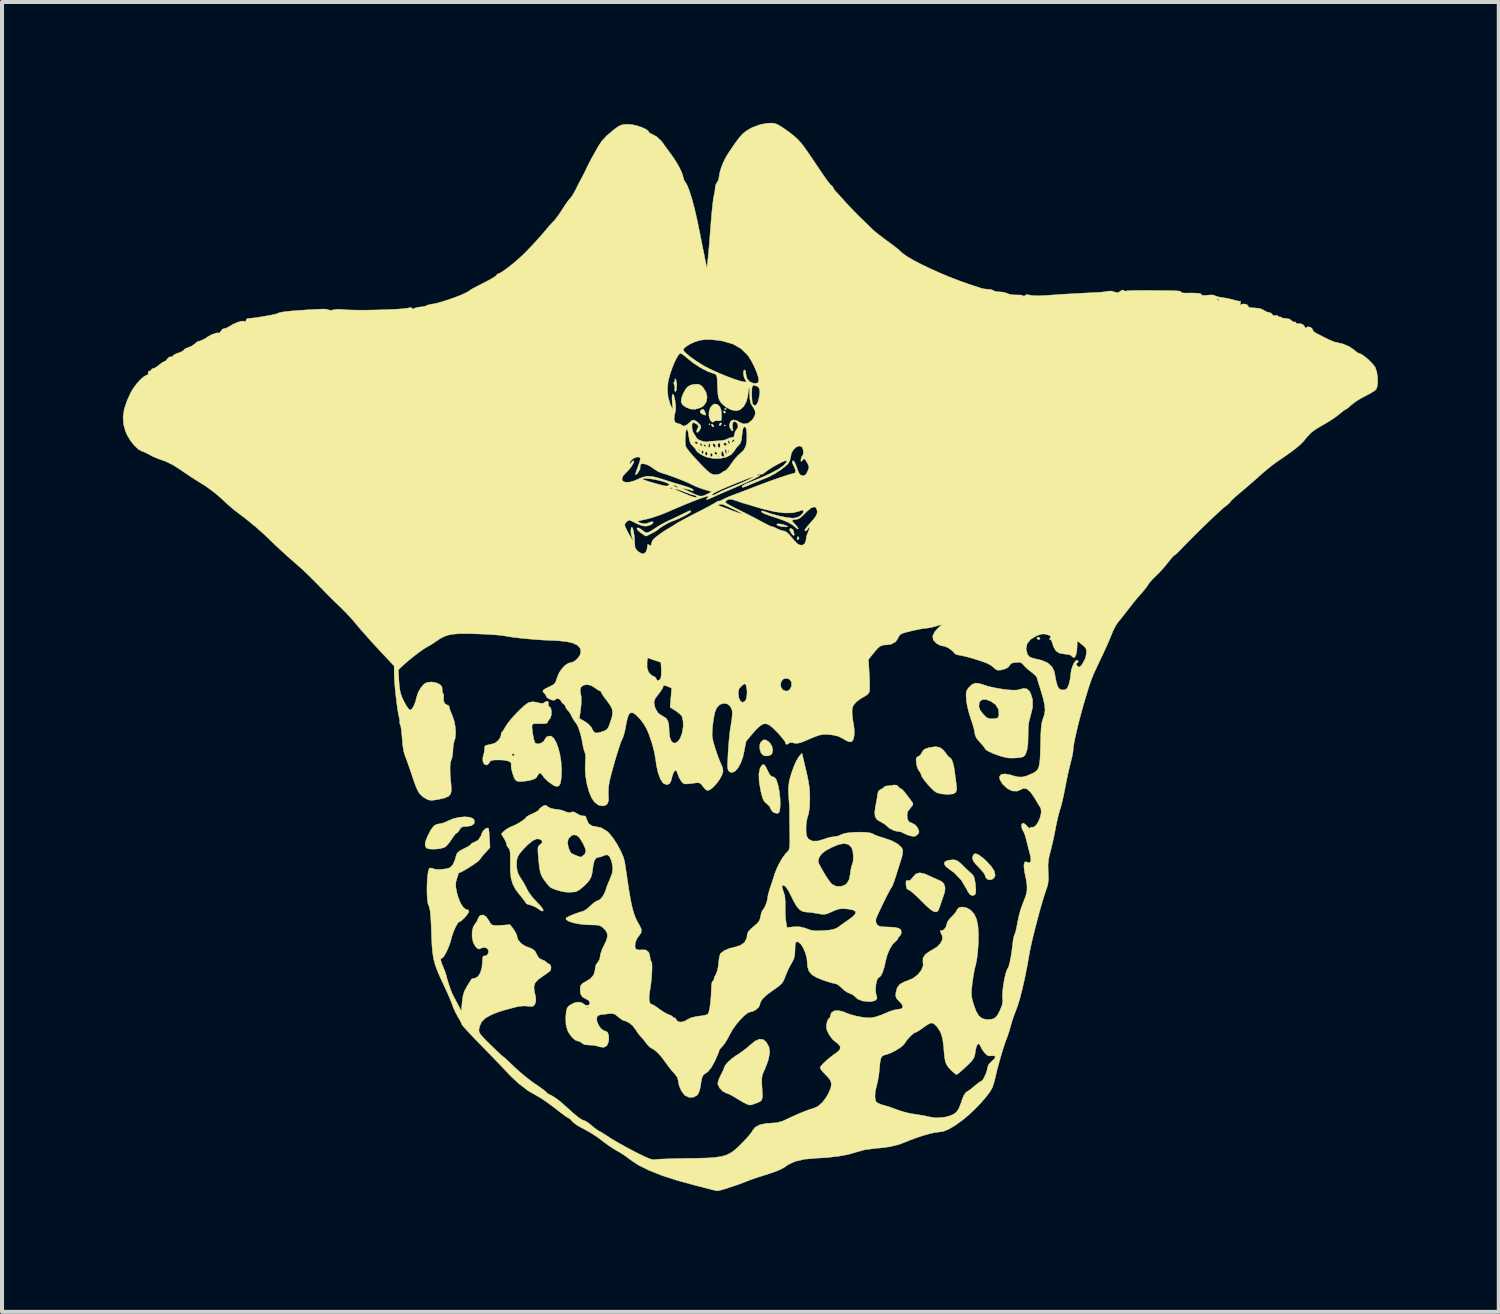
<source format=kicad_pcb>
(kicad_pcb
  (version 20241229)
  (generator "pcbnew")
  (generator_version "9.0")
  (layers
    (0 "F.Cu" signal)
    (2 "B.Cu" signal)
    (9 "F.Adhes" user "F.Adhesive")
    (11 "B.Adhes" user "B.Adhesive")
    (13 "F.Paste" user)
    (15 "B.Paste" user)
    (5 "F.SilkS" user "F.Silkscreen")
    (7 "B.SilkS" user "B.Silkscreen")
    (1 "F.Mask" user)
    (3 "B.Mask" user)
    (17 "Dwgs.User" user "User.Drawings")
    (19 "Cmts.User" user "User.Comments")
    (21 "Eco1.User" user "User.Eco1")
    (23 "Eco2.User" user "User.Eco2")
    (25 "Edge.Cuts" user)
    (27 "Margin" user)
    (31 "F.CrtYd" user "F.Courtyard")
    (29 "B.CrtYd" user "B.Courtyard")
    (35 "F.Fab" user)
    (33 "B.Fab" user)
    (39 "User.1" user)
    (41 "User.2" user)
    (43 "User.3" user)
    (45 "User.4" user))
  (footprint "logo_2"
    (layer "F.Cu")
    (at 15.53 11.148)
    (property "Reference" "logo_2" (at 0 0 0) (layer "F.SilkS") (effects (font (size 1.524 1.524) (thickness 0.3))))
    (attr through_hole)
    (fp_poly (pts (xy -0.953 -3.667) (xy -0.968 -3.651) (xy -0.984 -3.667) (xy -0.968 -3.683) (xy -0.953 -3.667)) (stroke (width 0.01) (type solid)) (fill yes) (layer "F.SilkS"))
    (fp_poly (pts (xy -0.572 -3.635) (xy -0.587 -3.619) (xy -0.603 -3.635) (xy -0.587 -3.651) (xy -0.572 -3.635)) (stroke (width 0.01) (type solid)) (fill yes) (layer "F.SilkS"))
    (fp_poly (pts (xy -0.55 -4.053) (xy -0.555 -4.035) (xy -0.572 -4.032) (xy -0.598 -4.044) (xy -0.593 -4.053) (xy -0.555 -4.057) (xy -0.55 -4.053)) (stroke (width 0.01) (type solid)) (fill yes) (layer "F.SilkS"))
    (fp_poly (pts (xy 1.239 -0.873) (xy 1.257 -0.835) (xy 1.253 -0.823) (xy 1.222 -0.795) (xy 1.207 -0.827) (xy 1.206 -0.843) (xy 1.222 -0.876) (xy 1.239 -0.873)) (stroke (width 0.01) (type solid)) (fill yes) (layer "F.SilkS"))
    (fp_poly (pts (xy -0.883 -3.658) (xy -0.859 -3.618) (xy -0.862 -3.604) (xy -0.895 -3.605) (xy -0.9 -3.609) (xy -0.921 -3.658) (xy -0.921 -3.663) (xy -0.905 -3.675) (xy -0.883 -3.658)) (stroke (width 0.01) (type solid)) (fill yes) (layer "F.SilkS"))
    (fp_poly (pts (xy -0.669 -3.697) (xy -0.667 -3.687) (xy -0.69 -3.642) (xy -0.699 -3.635) (xy -0.728 -3.637) (xy -0.73 -3.648) (xy -0.707 -3.692) (xy -0.699 -3.699) (xy -0.669 -3.697)) (stroke (width 0.01) (type solid)) (fill yes) (layer "F.SilkS"))
    (fp_poly (pts (xy -0.573 -3.977) (xy -0.572 -3.969) (xy -0.582 -3.938) (xy -0.586 -3.937) (xy -0.613 -3.959) (xy -0.619 -3.969) (xy -0.617 -3.998) (xy -0.605 -4) (xy -0.573 -3.977)) (stroke (width 0.01) (type solid)) (fill yes) (layer "F.SilkS"))
    (fp_poly (pts (xy 7.233 1.636) (xy 7.239 1.651) (xy 7.216 1.682) (xy 7.209 1.683) (xy 7.166 1.66) (xy 7.16 1.651) (xy 7.167 1.624) (xy 7.19 1.619) (xy 7.233 1.636)) (stroke (width 0.01) (type solid)) (fill yes) (layer "F.SilkS"))
    (fp_poly (pts (xy 1.1 -1.052) (xy 1.125 -0.996) (xy 1.137 -0.921) (xy 1.121 -0.901) (xy 1.08 -0.939) (xy 1.067 -0.958) (xy 1.023 -1.033) (xy 1.025 -1.071) (xy 1.06 -1.079) (xy 1.1 -1.052)) (stroke (width 0.01) (type solid)) (fill yes) (layer "F.SilkS"))
    (fp_poly (pts (xy -1.094 -4.002) (xy -1.083 -3.98) (xy -1.056 -3.911) (xy -1.067 -3.89) (xy -1.121 -3.908) (xy -1.135 -3.914) (xy -1.196 -3.953) (xy -1.197 -3.994) (xy -1.164 -4.028) (xy -1.127 -4.041) (xy -1.094 -4.002)) (stroke (width 0.01) (type solid)) (fill yes) (layer "F.SilkS"))
    (fp_poly (pts (xy 0.789 -1.191) (xy 0.869 -1.174) (xy 0.944 -1.145) (xy 0.953 -1.14) (xy 0.971 -1.121) (xy 0.933 -1.117) (xy 0.837 -1.127) (xy 0.786 -1.134) (xy 0.722 -1.154) (xy 0.699 -1.179) (xy 0.725 -1.194) (xy 0.789 -1.191)) (stroke (width 0.01) (type solid)) (fill yes) (layer "F.SilkS"))
    (fp_poly (pts (xy 0.516 4.228) (xy 0.525 4.237) (xy 0.583 4.325) (xy 0.603 4.425) (xy 0.583 4.511) (xy 0.565 4.534) (xy 0.494 4.567) (xy 0.405 4.565) (xy 0.357 4.545) (xy 0.306 4.481) (xy 0.279 4.385) (xy 0.282 4.286) (xy 0.303 4.232) (xy 0.364 4.171) (xy 0.433 4.17) (xy 0.516 4.228)) (stroke (width 0.01) (type solid)) (fill yes) (layer "F.SilkS"))
    (fp_poly (pts (xy -1.798 -4.766) (xy -1.786 -4.693) (xy -1.783 -4.636) (xy -1.787 -4.537) (xy -1.803 -4.483) (xy -1.814 -4.477) (xy -1.834 -4.5) (xy -1.829 -4.527) (xy -1.827 -4.594) (xy -1.842 -4.636) (xy -1.856 -4.696) (xy -1.841 -4.715) (xy -1.823 -4.753) (xy -1.827 -4.765) (xy -1.825 -4.792) (xy -1.816 -4.794) (xy -1.798 -4.766)) (stroke (width 0.01) (type solid)) (fill yes) (layer "F.SilkS"))
    (fp_poly (pts (xy -1.184 -4.634) (xy -1.134 -4.587) (xy -1.055 -4.467) (xy -1.026 -4.341) (xy -1.046 -4.223) (xy -1.112 -4.127) (xy -1.189 -4.078) (xy -1.325 -4.038) (xy -1.445 -4.045) (xy -1.556 -4.091) (xy -1.639 -4.152) (xy -1.673 -4.226) (xy -1.66 -4.326) (xy -1.623 -4.422) (xy -1.561 -4.538) (xy -1.496 -4.608) (xy -1.411 -4.645) (xy -1.339 -4.658) (xy -1.248 -4.662) (xy -1.184 -4.634)) (stroke (width 0.01) (type solid)) (fill yes) (layer "F.SilkS"))
    (fp_poly (pts (xy -0.767 -4.155) (xy -0.71 -4.1) (xy -0.678 -4.013) (xy -0.667 -3.881) (xy -0.667 -3.862) (xy -0.671 -3.783) (xy -0.689 -3.752) (xy -0.735 -3.752) (xy -0.747 -3.754) (xy -0.813 -3.756) (xy -0.844 -3.742) (xy -0.885 -3.716) (xy -0.933 -3.747) (xy -0.951 -3.776) (xy -0.982 -3.875) (xy -0.979 -3.978) (xy -0.95 -4.071) (xy -0.899 -4.14) (xy -0.835 -4.172) (xy -0.767 -4.155)) (stroke (width 0.01) (type solid)) (fill yes) (layer "F.SilkS"))
    (fp_poly (pts (xy 5.718 7.024) (xy 5.83 7.108) (xy 5.897 7.169) (xy 6.03 7.313) (xy 6.106 7.432) (xy 6.124 7.531) (xy 6.105 7.585) (xy 6.044 7.635) (xy 5.966 7.643) (xy 5.913 7.615) (xy 5.878 7.558) (xy 5.874 7.533) (xy 5.853 7.49) (xy 5.797 7.419) (xy 5.719 7.335) (xy 5.713 7.329) (xy 5.623 7.233) (xy 5.576 7.162) (xy 5.561 7.102) (xy 5.562 7.085) (xy 5.587 7.012) (xy 5.638 6.992) (xy 5.718 7.024)) (stroke (width 0.01) (type solid)) (fill yes) (layer "F.SilkS"))
    (fp_poly (pts (xy 5.17 7.162) (xy 5.257 7.223) (xy 5.314 7.279) (xy 5.402 7.366) (xy 5.487 7.446) (xy 5.528 7.481) (xy 5.577 7.532) (xy 5.607 7.598) (xy 5.627 7.7) (xy 5.634 7.758) (xy 5.645 7.892) (xy 5.64 7.975) (xy 5.616 8.018) (xy 5.569 8.032) (xy 5.553 8.033) (xy 5.499 8.008) (xy 5.444 7.931) (xy 5.42 7.882) (xy 5.281 7.648) (xy 5.106 7.466) (xy 5.009 7.397) (xy 4.903 7.316) (xy 4.86 7.247) (xy 4.877 7.193) (xy 4.953 7.158) (xy 5.088 7.144) (xy 5.092 7.144) (xy 5.17 7.162)) (stroke (width 0.01) (type solid)) (fill yes) (layer "F.SilkS"))
    (fp_poly (pts (xy 0.426 4.829) (xy 0.47 4.92) (xy 0.523 5.025) (xy 0.572 5.074) (xy 0.596 5.08) (xy 0.654 5.106) (xy 0.691 5.156) (xy 0.732 5.281) (xy 0.765 5.444) (xy 0.785 5.619) (xy 0.789 5.782) (xy 0.788 5.794) (xy 0.779 5.902) (xy 0.764 5.962) (xy 0.737 5.988) (xy 0.713 5.994) (xy 0.642 5.979) (xy 0.594 5.944) (xy 0.552 5.886) (xy 0.54 5.85) (xy 0.516 5.809) (xy 0.458 5.757) (xy 0.45 5.75) (xy 0.399 5.704) (xy 0.361 5.638) (xy 0.329 5.537) (xy 0.307 5.446) (xy 0.265 5.204) (xy 0.258 5.015) (xy 0.286 4.879) (xy 0.294 4.86) (xy 0.34 4.792) (xy 0.382 4.781) (xy 0.426 4.829)) (stroke (width 0.01) (type solid)) (fill yes) (layer "F.SilkS"))
    (fp_poly (pts (xy 4.372 7.494) (xy 4.408 7.509) (xy 4.518 7.559) (xy 4.629 7.608) (xy 4.636 7.611) (xy 4.721 7.65) (xy 4.788 7.68) (xy 4.794 7.684) (xy 4.853 7.743) (xy 4.881 7.836) (xy 4.874 7.941) (xy 4.864 7.97) (xy 4.743 8.328) (xy 4.741 8.334) (xy 4.709 8.409) (xy 4.665 8.442) (xy 4.603 8.432) (xy 4.517 8.378) (xy 4.402 8.276) (xy 4.296 8.17) (xy 4.187 8.062) (xy 4.09 7.974) (xy 4.015 7.913) (xy 3.973 7.89) (xy 3.972 7.89) (xy 3.934 7.867) (xy 3.914 7.792) (xy 3.911 7.768) (xy 3.909 7.69) (xy 3.923 7.66) (xy 3.959 7.663) (xy 4.014 7.655) (xy 4.073 7.591) (xy 4.08 7.579) (xy 4.157 7.495) (xy 4.251 7.468) (xy 4.372 7.494)) (stroke (width 0.01) (type solid)) (fill yes) (layer "F.SilkS"))
    (fp_poly (pts (xy -6.926 6.088) (xy -6.84 6.119) (xy -6.8 6.171) (xy -6.8 6.171) (xy -6.811 6.249) (xy -6.876 6.299) (xy -6.99 6.318) (xy -7 6.318) (xy -7.091 6.325) (xy -7.141 6.352) (xy -7.17 6.398) (xy -7.207 6.456) (xy -7.239 6.477) (xy -7.272 6.502) (xy -7.323 6.567) (xy -7.369 6.636) (xy -7.435 6.73) (xy -7.5 6.804) (xy -7.536 6.832) (xy -7.617 6.86) (xy -7.725 6.877) (xy -7.839 6.882) (xy -7.935 6.875) (xy -7.992 6.854) (xy -7.993 6.853) (xy -8.025 6.801) (xy -8.026 6.73) (xy -7.994 6.627) (xy -7.957 6.542) (xy -7.881 6.398) (xy -7.811 6.307) (xy -7.738 6.263) (xy -7.683 6.255) (xy -7.606 6.24) (xy -7.504 6.202) (xy -7.446 6.174) (xy -7.318 6.121) (xy -7.179 6.09) (xy -7.043 6.078) (xy -6.926 6.088)) (stroke (width 0.01) (type solid)) (fill yes) (layer "F.SilkS"))
    (fp_poly (pts (xy 4.751 4.356) (xy 4.837 4.42) (xy 4.891 4.489) (xy 4.943 4.559) (xy 4.983 4.599) (xy 4.992 4.604) (xy 5.03 4.633) (xy 5.068 4.714) (xy 5.099 4.832) (xy 5.116 4.937) (xy 5.133 5.073) (xy 5.152 5.212) (xy 5.161 5.278) (xy 5.17 5.398) (xy 5.146 5.472) (xy 5.081 5.51) (xy 4.966 5.521) (xy 4.925 5.521) (xy 4.808 5.511) (xy 4.704 5.489) (xy 4.66 5.472) (xy 4.598 5.426) (xy 4.519 5.348) (xy 4.435 5.255) (xy 4.36 5.162) (xy 4.306 5.082) (xy 4.286 5.032) (xy 4.265 4.977) (xy 4.235 4.938) (xy 4.199 4.875) (xy 4.172 4.78) (xy 4.167 4.743) (xy 4.161 4.653) (xy 4.172 4.606) (xy 4.207 4.585) (xy 4.212 4.584) (xy 4.268 4.544) (xy 4.307 4.481) (xy 4.34 4.425) (xy 4.399 4.387) (xy 4.503 4.357) (xy 4.645 4.337) (xy 4.751 4.356)) (stroke (width 0.01) (type solid)) (fill yes) (layer "F.SilkS"))
    (fp_poly (pts (xy -1.429 -1.505) (xy -1.429 -1.496) (xy -1.455 -1.47) (xy -1.525 -1.427) (xy -1.621 -1.376) (xy -1.728 -1.325) (xy -1.831 -1.281) (xy -1.905 -1.255) (xy -1.972 -1.226) (xy -2.064 -1.176) (xy -2.157 -1.119) (xy -2.23 -1.067) (xy -2.254 -1.044) (xy -2.288 -1.021) (xy -2.355 -0.983) (xy -2.436 -0.94) (xy -2.506 -0.905) (xy -2.546 -0.889) (xy -2.547 -0.889) (xy -2.576 -0.906) (xy -2.639 -0.948) (xy -2.676 -0.974) (xy -2.75 -1.037) (xy -2.77 -1.081) (xy -2.765 -1.09) (xy -2.72 -1.092) (xy -2.645 -1.045) (xy -2.635 -1.036) (xy -2.581 -0.994) (xy -2.537 -0.975) (xy -2.486 -0.982) (xy -2.416 -1.019) (xy -2.311 -1.087) (xy -2.278 -1.109) (xy -2.164 -1.179) (xy -2.034 -1.248) (xy -1.984 -1.271) (xy -1.863 -1.327) (xy -1.725 -1.394) (xy -1.645 -1.433) (xy -1.535 -1.487) (xy -1.471 -1.515) (xy -1.439 -1.52) (xy -1.429 -1.505)) (stroke (width 0.01) (type solid)) (fill yes) (layer "F.SilkS"))
    (fp_poly (pts (xy 0.363 11.606) (xy 0.44 11.67) (xy 0.443 11.673) (xy 0.51 11.793) (xy 0.528 11.929) (xy 0.498 12.093) (xy 0.477 12.159) (xy 0.433 12.276) (xy 0.39 12.381) (xy 0.363 12.439) (xy 0.34 12.504) (xy 0.331 12.594) (xy 0.333 12.726) (xy 0.338 12.814) (xy 0.347 12.958) (xy 0.345 13.052) (xy 0.326 13.111) (xy 0.284 13.149) (xy 0.211 13.181) (xy 0.159 13.199) (xy 0.079 13.227) (xy 0.031 13.234) (xy -0.015 13.221) (xy -0.064 13.2) (xy -0.134 13.164) (xy -0.232 13.106) (xy -0.304 13.062) (xy -0.407 13.001) (xy -0.502 12.954) (xy -0.551 12.937) (xy -0.639 12.891) (xy -0.715 12.812) (xy -0.758 12.724) (xy -0.762 12.694) (xy -0.748 12.632) (xy -0.711 12.541) (xy -0.683 12.484) (xy -0.638 12.395) (xy -0.608 12.326) (xy -0.602 12.303) (xy -0.576 12.246) (xy -0.509 12.169) (xy -0.417 12.085) (xy -0.313 12.009) (xy -0.276 11.986) (xy -0.168 11.915) (xy -0.047 11.821) (xy 0.037 11.748) (xy 0.166 11.645) (xy 0.273 11.598) (xy 0.363 11.606)) (stroke (width 0.01) (type solid)) (fill yes) (layer "F.SilkS"))
    (fp_poly (pts (xy 3.685 5.295) (xy 3.723 5.333) (xy 3.763 5.375) (xy 3.785 5.38) (xy 3.811 5.395) (xy 3.862 5.449) (xy 3.925 5.528) (xy 3.994 5.62) (xy 4.05 5.696) (xy 4.079 5.734) (xy 4.083 5.78) (xy 4.035 5.843) (xy 4.023 5.855) (xy 3.953 5.949) (xy 3.937 6.039) (xy 3.949 6.144) (xy 3.988 6.205) (xy 4.068 6.239) (xy 4.07 6.239) (xy 4.151 6.289) (xy 4.202 6.36) (xy 4.232 6.432) (xy 4.229 6.477) (xy 4.2 6.516) (xy 4.147 6.557) (xy 4.08 6.565) (xy 3.981 6.54) (xy 3.946 6.528) (xy 3.871 6.496) (xy 3.824 6.469) (xy 3.822 6.468) (xy 3.775 6.45) (xy 3.724 6.445) (xy 3.616 6.423) (xy 3.503 6.366) (xy 3.427 6.3) (xy 3.366 6.25) (xy 3.282 6.203) (xy 3.277 6.201) (xy 3.193 6.151) (xy 3.146 6.078) (xy 3.133 5.973) (xy 3.153 5.824) (xy 3.16 5.788) (xy 3.183 5.667) (xy 3.2 5.563) (xy 3.206 5.5) (xy 3.235 5.429) (xy 3.286 5.397) (xy 3.345 5.366) (xy 3.365 5.34) (xy 3.393 5.319) (xy 3.46 5.309) (xy 3.461 5.309) (xy 3.552 5.301) (xy 3.617 5.287) (xy 3.685 5.295)) (stroke (width 0.01) (type solid)) (fill yes) (layer "F.SilkS"))
    (fp_poly (pts (xy 5.755 2.775) (xy 5.81 2.794) (xy 5.94 2.836) (xy 6.097 2.873) (xy 6.265 2.903) (xy 6.428 2.925) (xy 6.57 2.935) (xy 6.674 2.931) (xy 6.704 2.924) (xy 6.824 2.892) (xy 6.906 2.9) (xy 6.968 2.951) (xy 7.002 3.006) (xy 7.053 3.167) (xy 7.054 3.36) (xy 7.002 3.576) (xy 6.998 3.588) (xy 6.964 3.712) (xy 6.946 3.85) (xy 6.943 4.025) (xy 6.943 4.057) (xy 6.938 4.261) (xy 6.915 4.422) (xy 6.874 4.535) (xy 6.829 4.586) (xy 6.771 4.603) (xy 6.674 4.615) (xy 6.562 4.621) (xy 6.46 4.618) (xy 6.429 4.614) (xy 6.314 4.589) (xy 6.188 4.55) (xy 6.066 4.504) (xy 5.963 4.456) (xy 5.894 4.414) (xy 5.874 4.386) (xy 5.853 4.351) (xy 5.8 4.287) (xy 5.747 4.23) (xy 5.657 4.121) (xy 5.621 4.03) (xy 5.62 4.011) (xy 5.609 3.941) (xy 5.581 3.831) (xy 5.54 3.701) (xy 5.522 3.651) (xy 5.474 3.498) (xy 5.437 3.347) (xy 5.721 3.347) (xy 5.754 3.436) (xy 5.835 3.539) (xy 5.845 3.55) (xy 5.917 3.617) (xy 5.984 3.644) (xy 6.075 3.645) (xy 6.075 3.645) (xy 6.16 3.634) (xy 6.201 3.609) (xy 6.216 3.555) (xy 6.218 3.545) (xy 6.205 3.407) (xy 6.134 3.294) (xy 6.024 3.215) (xy 5.9 3.167) (xy 5.804 3.169) (xy 5.742 3.219) (xy 5.728 3.256) (xy 5.721 3.347) (xy 5.437 3.347) (xy 5.434 3.338) (xy 5.41 3.199) (xy 5.408 3.175) (xy 5.401 3.057) (xy 5.407 2.979) (xy 5.431 2.921) (xy 5.462 2.879) (xy 5.55 2.792) (xy 5.642 2.758) (xy 5.755 2.775)) (stroke (width 0.01) (type solid)) (fill yes) (layer "F.SilkS"))
    (fp_poly (pts (xy -4.974 3.215) (xy -4.966 3.259) (xy -4.968 3.266) (xy -4.964 3.326) (xy -4.938 3.345) (xy -4.904 3.388) (xy -4.89 3.466) (xy -4.894 3.554) (xy -4.918 3.628) (xy -4.937 3.651) (xy -4.977 3.704) (xy -4.985 3.731) (xy -5.006 3.755) (xy -5.076 3.766) (xy -5.183 3.767) (xy -5.28 3.765) (xy -5.339 3.77) (xy -5.369 3.796) (xy -5.374 3.854) (xy -5.363 3.955) (xy -5.348 4.056) (xy -5.328 4.156) (xy -5.302 4.232) (xy -5.286 4.255) (xy -5.224 4.27) (xy -5.148 4.249) (xy -5.082 4.203) (xy -5.058 4.161) (xy -5.012 4.094) (xy -4.934 4.072) (xy -4.892 4.079) (xy -4.832 4.128) (xy -4.774 4.228) (xy -4.722 4.368) (xy -4.68 4.534) (xy -4.651 4.715) (xy -4.639 4.899) (xy -4.639 4.937) (xy -4.647 5.117) (xy -4.667 5.239) (xy -4.702 5.307) (xy -4.755 5.327) (xy -4.829 5.303) (xy -4.845 5.294) (xy -4.973 5.204) (xy -5.071 5.109) (xy -5.108 5.056) (xy -5.156 4.995) (xy -5.199 4.997) (xy -5.238 5.061) (xy -5.272 5.113) (xy -5.339 5.149) (xy -5.435 5.176) (xy -5.551 5.195) (xy -5.657 5.204) (xy -5.699 5.202) (xy -5.756 5.189) (xy -5.794 5.155) (xy -5.827 5.085) (xy -5.85 5.017) (xy -5.878 4.914) (xy -5.892 4.833) (xy -5.89 4.8) (xy -5.893 4.738) (xy -5.955 4.695) (xy -6.076 4.672) (xy -6.187 4.667) (xy -6.306 4.669) (xy -6.376 4.679) (xy -6.413 4.699) (xy -6.429 4.731) (xy -6.471 4.782) (xy -6.51 4.794) (xy -6.564 4.767) (xy -6.594 4.698) (xy -6.594 4.605) (xy -6.578 4.548) (xy -6.576 4.54) (xy -5.874 4.54) (xy -5.85 4.571) (xy -5.842 4.572) (xy -5.811 4.548) (xy -5.81 4.54) (xy -5.834 4.509) (xy -5.842 4.508) (xy -5.873 4.533) (xy -5.874 4.54) (xy -6.576 4.54) (xy -6.555 4.454) (xy -6.551 4.382) (xy -6.547 4.332) (xy -6.516 4.304) (xy -6.442 4.288) (xy -6.416 4.284) (xy -6.298 4.252) (xy -6.213 4.186) (xy -6.202 4.172) (xy -6.157 4.102) (xy -6.141 4.048) (xy -6.142 4.041) (xy -6.136 3.993) (xy -6.126 3.983) (xy -6.093 3.945) (xy -6.049 3.872) (xy -6.035 3.848) (xy -5.979 3.761) (xy -5.892 3.652) (xy -5.787 3.535) (xy -5.676 3.422) (xy -5.572 3.326) (xy -5.487 3.26) (xy -5.45 3.24) (xy -5.351 3.222) (xy -5.235 3.243) (xy -5.143 3.264) (xy -5.09 3.257) (xy -5.073 3.244) (xy -5.016 3.209) (xy -4.974 3.215)) (stroke (width 0.01) (type solid)) (fill yes) (layer "F.SilkS"))
    (fp_poly (pts (xy 1.358 4.624) (xy 1.413 4.856) (xy 1.455 5.038) (xy 1.484 5.182) (xy 1.504 5.299) (xy 1.516 5.401) (xy 1.522 5.499) (xy 1.524 5.605) (xy 1.524 5.632) (xy 1.517 5.838) (xy 1.496 5.989) (xy 1.476 6.053) (xy 1.45 6.148) (xy 1.433 6.274) (xy 1.429 6.369) (xy 1.433 6.488) (xy 1.448 6.563) (xy 1.48 6.616) (xy 1.5 6.636) (xy 1.594 6.682) (xy 1.728 6.678) (xy 1.901 6.626) (xy 1.925 6.616) (xy 2.027 6.585) (xy 2.127 6.572) (xy 2.127 6.572) (xy 2.227 6.554) (xy 2.308 6.518) (xy 2.38 6.491) (xy 2.495 6.473) (xy 2.633 6.462) (xy 2.78 6.459) (xy 2.915 6.464) (xy 3.024 6.478) (xy 3.087 6.501) (xy 3.087 6.502) (xy 3.141 6.53) (xy 3.237 6.566) (xy 3.355 6.603) (xy 3.37 6.607) (xy 3.557 6.672) (xy 3.701 6.75) (xy 3.796 6.835) (xy 3.826 6.891) (xy 3.829 6.959) (xy 3.813 7.057) (xy 3.799 7.106) (xy 3.767 7.206) (xy 3.724 7.343) (xy 3.678 7.49) (xy 3.665 7.533) (xy 3.625 7.658) (xy 3.588 7.757) (xy 3.56 7.818) (xy 3.552 7.829) (xy 3.529 7.862) (xy 3.487 7.94) (xy 3.43 8.049) (xy 3.367 8.177) (xy 3.302 8.311) (xy 3.243 8.437) (xy 3.195 8.543) (xy 3.166 8.615) (xy 3.163 8.624) (xy 3.165 8.699) (xy 3.188 8.749) (xy 3.223 8.782) (xy 3.277 8.801) (xy 3.368 8.811) (xy 3.476 8.814) (xy 3.634 8.823) (xy 3.735 8.847) (xy 3.786 8.89) (xy 3.794 8.954) (xy 3.789 8.977) (xy 3.764 9.033) (xy 3.743 9.049) (xy 3.717 9.074) (xy 3.715 9.089) (xy 3.691 9.136) (xy 3.656 9.166) (xy 3.582 9.239) (xy 3.51 9.356) (xy 3.448 9.499) (xy 3.406 9.649) (xy 3.401 9.676) (xy 3.371 9.814) (xy 3.332 9.933) (xy 3.289 10.021) (xy 3.248 10.063) (xy 3.239 10.065) (xy 3.207 10.093) (xy 3.18 10.166) (xy 3.163 10.265) (xy 3.156 10.371) (xy 3.163 10.464) (xy 3.179 10.516) (xy 3.192 10.588) (xy 3.149 10.639) (xy 3.054 10.665) (xy 2.999 10.668) (xy 2.834 10.651) (xy 2.709 10.601) (xy 2.645 10.542) (xy 2.584 10.491) (xy 2.514 10.463) (xy 2.438 10.428) (xy 2.351 10.363) (xy 2.321 10.333) (xy 2.25 10.268) (xy 2.188 10.229) (xy 2.168 10.223) (xy 2.117 10.214) (xy 2.023 10.188) (xy 1.904 10.151) (xy 1.867 10.138) (xy 1.694 10.07) (xy 1.575 9.998) (xy 1.503 9.913) (xy 1.467 9.805) (xy 1.46 9.703) (xy 1.447 9.578) (xy 1.41 9.448) (xy 1.358 9.329) (xy 1.298 9.236) (xy 1.237 9.186) (xy 1.222 9.183) (xy 1.188 9.184) (xy 1.169 9.208) (xy 1.159 9.269) (xy 1.156 9.38) (xy 1.148 9.514) (xy 1.124 9.613) (xy 1.076 9.702) (xy 1.073 9.707) (xy 1.018 9.804) (xy 0.959 9.93) (xy 0.921 10.026) (xy 0.88 10.129) (xy 0.837 10.203) (xy 0.777 10.264) (xy 0.685 10.333) (xy 0.631 10.369) (xy 0.459 10.495) (xy 0.346 10.603) (xy 0.291 10.697) (xy 0.286 10.733) (xy 0.259 10.797) (xy 0.193 10.861) (xy 0.111 10.908) (xy 0.048 10.922) (xy -0.018 10.947) (xy -0.106 11.016) (xy -0.206 11.117) (xy -0.307 11.238) (xy -0.398 11.367) (xy -0.469 11.494) (xy -0.531 11.61) (xy -0.596 11.713) (xy -0.649 11.778) (xy -0.704 11.838) (xy -0.73 11.885) (xy -0.73 11.889) (xy -0.743 11.933) (xy -0.778 12.017) (xy -0.827 12.125) (xy -0.838 12.15) (xy -0.924 12.305) (xy -1.005 12.404) (xy -1.046 12.434) (xy -1.1 12.47) (xy -1.135 12.51) (xy -1.158 12.571) (xy -1.177 12.668) (xy -1.191 12.774) (xy -1.217 12.883) (xy -1.257 12.969) (xy -1.272 12.988) (xy -1.364 13.039) (xy -1.472 13.043) (xy -1.571 13) (xy -1.59 12.983) (xy -1.667 12.878) (xy -1.723 12.747) (xy -1.746 12.623) (xy -1.746 12.62) (xy -1.772 12.535) (xy -1.837 12.452) (xy -1.906 12.376) (xy -1.987 12.274) (xy -2.034 12.208) (xy -2.144 12.058) (xy -2.252 11.937) (xy -2.347 11.857) (xy -2.397 11.83) (xy -2.455 11.792) (xy -2.521 11.722) (xy -2.54 11.696) (xy -2.604 11.612) (xy -2.664 11.542) (xy -2.677 11.53) (xy -2.73 11.468) (xy -2.788 11.382) (xy -2.799 11.364) (xy -2.87 11.27) (xy -2.959 11.194) (xy -3.048 11.149) (xy -3.08 11.144) (xy -3.126 11.125) (xy -3.196 11.075) (xy -3.231 11.046) (xy -3.309 10.985) (xy -3.375 10.962) (xy -3.459 10.965) (xy -3.473 10.967) (xy -3.575 10.981) (xy -3.662 10.989) (xy -3.675 10.99) (xy -3.742 11.019) (xy -3.765 11.065) (xy -3.762 11.153) (xy -3.723 11.249) (xy -3.661 11.335) (xy -3.589 11.389) (xy -3.55 11.398) (xy -3.499 11.426) (xy -3.47 11.502) (xy -3.467 11.611) (xy -3.475 11.668) (xy -3.515 11.761) (xy -3.59 11.802) (xy -3.698 11.789) (xy -3.732 11.777) (xy -3.827 11.753) (xy -3.939 11.745) (xy -3.955 11.745) (xy -4.069 11.736) (xy -4.126 11.702) (xy -4.184 11.66) (xy -4.219 11.652) (xy -4.295 11.625) (xy -4.378 11.553) (xy -4.454 11.452) (xy -4.494 11.372) (xy -4.53 11.237) (xy -4.536 11.072) (xy -4.534 11.029) (xy -4.523 10.909) (xy -4.504 10.834) (xy -4.485 10.806) (xy -4.022 10.806) (xy -4.017 10.824) (xy -4 10.827) (xy -3.974 10.815) (xy -3.979 10.806) (xy -4.017 10.802) (xy -4.022 10.806) (xy -4.485 10.806) (xy -4.47 10.784) (xy -4.443 10.761) (xy -4.337 10.701) (xy -4.229 10.677) (xy -4.14 10.692) (xy -4.11 10.712) (xy -4.042 10.756) (xy -3.979 10.76) (xy -3.941 10.724) (xy -3.937 10.698) (xy -3.966 10.636) (xy -4.033 10.6) (xy -4.123 10.55) (xy -4.169 10.472) (xy -4.179 10.352) (xy -4.179 10.351) (xy -4.166 10.268) (xy -4.12 10.216) (xy -4.069 10.186) (xy -3.926 10.098) (xy -3.842 10.003) (xy -3.811 9.893) (xy -3.81 9.874) (xy -3.787 9.756) (xy -3.747 9.7) (xy -3.697 9.621) (xy -3.682 9.544) (xy -3.666 9.463) (xy -3.627 9.354) (xy -3.586 9.271) (xy -3.522 9.135) (xy -3.498 9.032) (xy -3.515 8.948) (xy -3.573 8.868) (xy -3.585 8.856) (xy -3.644 8.804) (xy -3.703 8.776) (xy -3.785 8.765) (xy -3.882 8.763) (xy -4.058 8.756) (xy -4.221 8.737) (xy -4.36 8.707) (xy -4.464 8.671) (xy -4.524 8.631) (xy -4.532 8.597) (xy -4.5 8.572) (xy -4.424 8.535) (xy -4.323 8.493) (xy -4.216 8.455) (xy -4.119 8.426) (xy -4.107 8.423) (xy -4.047 8.392) (xy -3.967 8.33) (xy -3.918 8.284) (xy -3.84 8.214) (xy -3.771 8.169) (xy -3.74 8.16) (xy -3.685 8.132) (xy -3.624 8.063) (xy -3.57 7.968) (xy -3.536 7.874) (xy -3.512 7.8) (xy -3.471 7.698) (xy -3.441 7.63) (xy -3.385 7.484) (xy -3.368 7.358) (xy -3.388 7.224) (xy -3.403 7.168) (xy -3.449 7.064) (xy -3.507 7.021) (xy -3.581 7.037) (xy -3.592 7.043) (xy -3.668 7.074) (xy -3.71 7.08) (xy -3.779 7.101) (xy -3.826 7.166) (xy -3.855 7.285) (xy -3.86 7.322) (xy -3.878 7.463) (xy -3.902 7.562) (xy -3.939 7.638) (xy -3.999 7.712) (xy -4.066 7.781) (xy -4.185 7.884) (xy -4.281 7.937) (xy -4.311 7.943) (xy -4.402 7.949) (xy -4.461 7.952) (xy -4.558 7.945) (xy -4.679 7.92) (xy -4.799 7.884) (xy -4.894 7.843) (xy -4.928 7.821) (xy -4.984 7.76) (xy -5.053 7.672) (xy -5.084 7.629) (xy -5.128 7.559) (xy -5.158 7.486) (xy -5.18 7.395) (xy -5.197 7.267) (xy -5.209 7.157) (xy -5.222 7.006) (xy -5.228 6.906) (xy -5.225 6.844) (xy -5.213 6.807) (xy -5.189 6.782) (xy -5.176 6.773) (xy -5.12 6.718) (xy -5.121 6.709) (xy -4.492 6.709) (xy -4.473 6.827) (xy -4.441 6.913) (xy -4.408 6.972) (xy -4.4 6.981) (xy -4.351 7.007) (xy -4.273 7.041) (xy -4.196 7.069) (xy -4.162 7.078) (xy -4.131 7.061) (xy -4.09 7.028) (xy -4.048 6.979) (xy -4.037 6.925) (xy -4.057 6.849) (xy -4.109 6.736) (xy -4.112 6.731) (xy -4.191 6.602) (xy -4.269 6.535) (xy -4.348 6.527) (xy -4.381 6.54) (xy -4.463 6.611) (xy -4.492 6.709) (xy -5.121 6.709) (xy -5.126 6.672) (xy -5.177 6.635) (xy -5.255 6.626) (xy -5.355 6.671) (xy -5.48 6.772) (xy -5.598 6.893) (xy -5.687 7) (xy -5.735 7.086) (xy -5.752 7.168) (xy -5.753 7.172) (xy -5.754 7.323) (xy -5.737 7.435) (xy -5.695 7.534) (xy -5.649 7.608) (xy -5.577 7.722) (xy -5.511 7.844) (xy -5.491 7.888) (xy -5.436 7.979) (xy -5.352 8.089) (xy -5.255 8.195) (xy -5.25 8.2) (xy -5.16 8.294) (xy -5.105 8.367) (xy -5.093 8.409) (xy -5.094 8.41) (xy -5.128 8.421) (xy -5.192 8.383) (xy -5.21 8.368) (xy -5.305 8.308) (xy -5.407 8.27) (xy -5.414 8.269) (xy -5.487 8.248) (xy -5.524 8.226) (xy -5.524 8.222) (xy -5.544 8.187) (xy -5.595 8.119) (xy -5.666 8.03) (xy -5.677 8.018) (xy -5.781 7.882) (xy -5.851 7.748) (xy -5.894 7.599) (xy -5.913 7.421) (xy -5.914 7.219) (xy -5.912 7.063) (xy -5.917 6.959) (xy -5.929 6.895) (xy -5.95 6.86) (xy -5.953 6.858) (xy -5.994 6.802) (xy -6.001 6.771) (xy -6.017 6.714) (xy -6.056 6.634) (xy -6.068 6.614) (xy -6.135 6.505) (xy -6.069 6.434) (xy -5.993 6.376) (xy -5.896 6.325) (xy -5.882 6.32) (xy -5.79 6.28) (xy -5.691 6.226) (xy -5.603 6.17) (xy -5.542 6.122) (xy -5.524 6.096) (xy -5.498 6.071) (xy -5.429 6.033) (xy -5.366 6.004) (xy -5.278 5.961) (xy -5.22 5.925) (xy -5.207 5.908) (xy -5.183 5.873) (xy -5.126 5.828) (xy -5.125 5.827) (xy -5.064 5.793) (xy -5.023 5.796) (xy -4.981 5.829) (xy -4.907 5.868) (xy -4.803 5.889) (xy -4.785 5.89) (xy -4.673 5.906) (xy -4.57 5.938) (xy -4.555 5.946) (xy -4.463 5.977) (xy -4.404 5.964) (xy -4.346 5.954) (xy -4.272 5.989) (xy -4.252 6.002) (xy -4.174 6.044) (xy -4.105 6.057) (xy -4.097 6.055) (xy -4.05 6.06) (xy -4.024 6.116) (xy -4.021 6.128) (xy -3.973 6.24) (xy -3.888 6.304) (xy -3.809 6.318) (xy -3.654 6.349) (xy -3.508 6.44) (xy -3.453 6.493) (xy -3.355 6.615) (xy -3.258 6.765) (xy -3.172 6.925) (xy -3.106 7.075) (xy -3.074 7.191) (xy -3.058 7.292) (xy -3.037 7.433) (xy -3.013 7.592) (xy -3 7.684) (xy -2.959 7.951) (xy -2.921 8.165) (xy -2.884 8.336) (xy -2.845 8.475) (xy -2.801 8.591) (xy -2.75 8.695) (xy -2.706 8.768) (xy -2.658 8.872) (xy -2.665 8.958) (xy -2.727 9.045) (xy -2.734 9.052) (xy -2.778 9.122) (xy -2.81 9.215) (xy -2.812 9.225) (xy -2.816 9.323) (xy -2.779 9.375) (xy -2.695 9.385) (xy -2.648 9.379) (xy -2.544 9.385) (xy -2.474 9.443) (xy -2.445 9.544) (xy -2.445 9.557) (xy -2.434 9.63) (xy -2.412 9.669) (xy -2.398 9.709) (xy -2.393 9.798) (xy -2.396 9.922) (xy -2.405 10.068) (xy -2.421 10.221) (xy -2.442 10.367) (xy -2.45 10.409) (xy -2.467 10.547) (xy -2.461 10.654) (xy -2.434 10.718) (xy -2.404 10.732) (xy -2.359 10.751) (xy -2.285 10.798) (xy -2.228 10.841) (xy -2.128 10.911) (xy -2.026 10.968) (xy -1.982 10.986) (xy -1.91 11.018) (xy -1.874 11.049) (xy -1.873 11.053) (xy -1.854 11.071) (xy -1.844 11.066) (xy -1.813 11.077) (xy -1.794 11.112) (xy -1.75 11.162) (xy -1.672 11.175) (xy -1.579 11.151) (xy -1.515 11.112) (xy -1.42 11.065) (xy -1.283 11.034) (xy -1.244 11.029) (xy -1.135 11.014) (xy -1.049 10.996) (xy -1.013 10.984) (xy -0.988 10.938) (xy -0.965 10.843) (xy -0.945 10.709) (xy -0.93 10.55) (xy -0.923 10.379) (xy -0.922 10.343) (xy -0.916 10.244) (xy -0.903 10.178) (xy -0.889 10.16) (xy -0.861 10.134) (xy -0.857 10.111) (xy -0.841 10.05) (xy -0.806 9.985) (xy -0.777 9.911) (xy -0.753 9.802) (xy -0.742 9.71) (xy -0.729 9.599) (xy -0.71 9.51) (xy -0.692 9.47) (xy -0.605 9.402) (xy -0.474 9.346) (xy -0.37 9.321) (xy -0.207 9.273) (xy -0.098 9.197) (xy -0.042 9.09) (xy -0.032 9) (xy -0.007 8.936) (xy 0.058 8.861) (xy 0.083 8.84) (xy 0.181 8.758) (xy 0.241 8.699) (xy 0.275 8.648) (xy 0.293 8.587) (xy 0.301 8.542) (xy 0.322 8.457) (xy 0.346 8.402) (xy 0.352 8.396) (xy 0.388 8.351) (xy 0.427 8.269) (xy 0.459 8.177) (xy 0.476 8.098) (xy 0.476 8.088) (xy 0.486 8.023) (xy 0.512 7.924) (xy 0.537 7.846) (xy 0.543 7.829) (xy 0.835 7.829) (xy 0.857 7.901) (xy 0.868 7.929) (xy 0.902 8.044) (xy 0.914 8.197) (xy 0.913 8.287) (xy 0.913 8.43) (xy 0.919 8.571) (xy 0.931 8.676) (xy 0.956 8.827) (xy 1.121 8.809) (xy 1.267 8.807) (xy 1.404 8.84) (xy 1.445 8.856) (xy 1.538 8.889) (xy 1.627 8.906) (xy 1.736 8.909) (xy 1.873 8.902) (xy 2.017 8.889) (xy 2.117 8.87) (xy 2.192 8.84) (xy 2.254 8.799) (xy 2.356 8.724) (xy 2.462 8.651) (xy 2.476 8.641) (xy 2.596 8.552) (xy 2.657 8.482) (xy 2.657 8.43) (xy 2.597 8.393) (xy 2.477 8.369) (xy 2.463 8.368) (xy 2.34 8.358) (xy 2.248 8.367) (xy 2.155 8.397) (xy 2.079 8.431) (xy 1.974 8.478) (xy 1.897 8.499) (xy 1.819 8.498) (xy 1.722 8.481) (xy 1.603 8.461) (xy 1.494 8.448) (xy 1.446 8.445) (xy 1.351 8.431) (xy 1.269 8.383) (xy 1.193 8.294) (xy 1.113 8.154) (xy 1.075 8.075) (xy 0.994 7.915) (xy 0.927 7.817) (xy 0.873 7.778) (xy 0.835 7.79) (xy 0.835 7.829) (xy 0.543 7.829) (xy 0.583 7.709) (xy 0.63 7.564) (xy 0.649 7.5) (xy 0.701 7.366) (xy 0.772 7.222) (xy 0.815 7.149) (xy 1.733 7.149) (xy 1.734 7.206) (xy 1.767 7.278) (xy 1.768 7.281) (xy 1.879 7.477) (xy 1.974 7.627) (xy 2.049 7.726) (xy 2.077 7.754) (xy 2.179 7.803) (xy 2.297 7.806) (xy 2.404 7.766) (xy 2.441 7.735) (xy 2.499 7.635) (xy 2.527 7.493) (xy 2.541 7.386) (xy 2.561 7.299) (xy 2.573 7.269) (xy 2.597 7.182) (xy 2.603 7.065) (xy 2.592 6.946) (xy 2.565 6.853) (xy 2.555 6.835) (xy 2.478 6.764) (xy 2.375 6.741) (xy 2.24 6.766) (xy 2.068 6.837) (xy 2.053 6.845) (xy 1.919 6.918) (xy 1.833 6.982) (xy 1.779 7.046) (xy 1.765 7.073) (xy 1.733 7.149) (xy 0.815 7.149) (xy 0.851 7.089) (xy 0.928 6.987) (xy 0.965 6.95) (xy 0.989 6.926) (xy 1.007 6.894) (xy 1.019 6.843) (xy 1.025 6.766) (xy 1.027 6.653) (xy 1.025 6.495) (xy 1.021 6.287) (xy 1.018 6.152) (xy 1.018 6.033) (xy 1.019 5.951) (xy 1.019 5.937) (xy 1.018 5.868) (xy 1.012 5.758) (xy 1.002 5.627) (xy 1 5.601) (xy 0.991 5.378) (xy 1.011 5.196) (xy 1.016 5.175) (xy 1.064 5.006) (xy 1.122 4.842) (xy 1.184 4.7) (xy 1.243 4.597) (xy 1.265 4.57) (xy 1.329 4.501) (xy 1.358 4.624)) (stroke (width 0.01) (type solid)) (fill yes) (layer "F.SilkS"))
    (fp_poly (pts (xy 0.64 -11.137) (xy 0.708 -11.114) (xy 0.792 -11.067) (xy 0.88 -11.01) (xy 1.003 -10.923) (xy 1.122 -10.83) (xy 1.213 -10.749) (xy 1.218 -10.744) (xy 1.261 -10.699) (xy 1.301 -10.654) (xy 1.344 -10.6) (xy 1.395 -10.532) (xy 1.46 -10.441) (xy 1.543 -10.319) (xy 1.651 -10.16) (xy 1.788 -9.955) (xy 1.794 -9.946) (xy 1.884 -9.815) (xy 1.963 -9.705) (xy 2.024 -9.627) (xy 2.06 -9.59) (xy 2.064 -9.589) (xy 2.094 -9.564) (xy 2.095 -9.555) (xy 2.115 -9.511) (xy 2.161 -9.452) (xy 2.212 -9.397) (xy 2.291 -9.31) (xy 2.385 -9.207) (xy 2.423 -9.164) (xy 2.537 -9.041) (xy 2.662 -8.912) (xy 2.772 -8.801) (xy 2.791 -8.783) (xy 2.892 -8.686) (xy 2.99 -8.591) (xy 3.061 -8.521) (xy 3.132 -8.457) (xy 3.237 -8.372) (xy 3.357 -8.281) (xy 3.397 -8.251) (xy 3.512 -8.167) (xy 3.615 -8.09) (xy 3.689 -8.032) (xy 3.707 -8.017) (xy 3.781 -7.951) (xy 3.837 -7.903) (xy 3.941 -7.828) (xy 4.096 -7.737) (xy 4.289 -7.637) (xy 4.512 -7.53) (xy 4.752 -7.422) (xy 5.001 -7.318) (xy 5.247 -7.223) (xy 5.48 -7.141) (xy 5.572 -7.111) (xy 5.672 -7.079) (xy 5.759 -7.049) (xy 5.772 -7.044) (xy 5.856 -7.025) (xy 5.953 -7.017) (xy 6.031 -7.008) (xy 6.078 -6.987) (xy 6.08 -6.985) (xy 6.121 -6.965) (xy 6.201 -6.954) (xy 6.235 -6.953) (xy 6.333 -6.944) (xy 6.411 -6.921) (xy 6.425 -6.913) (xy 6.49 -6.89) (xy 6.593 -6.878) (xy 6.653 -6.877) (xy 6.764 -6.874) (xy 6.821 -6.858) (xy 6.827 -6.846) (xy 6.839 -6.836) (xy 6.856 -6.855) (xy 6.893 -6.883) (xy 6.96 -6.878) (xy 6.988 -6.871) (xy 7.07 -6.86) (xy 7.197 -6.856) (xy 7.352 -6.862) (xy 7.411 -6.866) (xy 7.706 -6.887) (xy 8.045 -6.907) (xy 8.437 -6.928) (xy 8.62 -6.937) (xy 8.748 -6.945) (xy 8.855 -6.956) (xy 8.923 -6.968) (xy 8.93 -6.971) (xy 8.998 -6.974) (xy 9.08 -6.953) (xy 9.153 -6.931) (xy 9.201 -6.945) (xy 9.226 -6.967) (xy 9.281 -7) (xy 9.317 -6.986) (xy 9.361 -6.968) (xy 9.376 -6.974) (xy 9.413 -6.98) (xy 9.502 -6.984) (xy 9.635 -6.987) (xy 9.799 -6.989) (xy 9.976 -6.988) (xy 10.214 -6.985) (xy 10.396 -6.983) (xy 10.529 -6.981) (xy 10.621 -6.978) (xy 10.68 -6.974) (xy 10.713 -6.969) (xy 10.728 -6.963) (xy 10.731 -6.954) (xy 10.732 -6.949) (xy 10.759 -6.931) (xy 10.827 -6.923) (xy 10.835 -6.923) (xy 11.008 -6.924) (xy 11.126 -6.921) (xy 11.198 -6.913) (xy 11.233 -6.9) (xy 11.239 -6.886) (xy 11.265 -6.865) (xy 11.345 -6.865) (xy 11.396 -6.871) (xy 11.489 -6.877) (xy 11.554 -6.871) (xy 11.57 -6.862) (xy 11.609 -6.843) (xy 11.691 -6.823) (xy 11.767 -6.811) (xy 11.893 -6.79) (xy 12.015 -6.762) (xy 12.066 -6.747) (xy 12.147 -6.725) (xy 12.201 -6.722) (xy 12.209 -6.725) (xy 12.219 -6.716) (xy 12.21 -6.668) (xy 12.201 -6.619) (xy 12.216 -6.629) (xy 12.217 -6.63) (xy 12.26 -6.652) (xy 12.322 -6.652) (xy 12.38 -6.633) (xy 12.406 -6.603) (xy 12.404 -6.592) (xy 12.424 -6.569) (xy 12.506 -6.556) (xy 12.56 -6.555) (xy 12.704 -6.539) (xy 12.788 -6.499) (xy 12.86 -6.457) (xy 12.913 -6.445) (xy 12.975 -6.424) (xy 12.998 -6.395) (xy 13.039 -6.361) (xy 13.081 -6.366) (xy 13.133 -6.369) (xy 13.145 -6.35) (xy 13.163 -6.329) (xy 13.174 -6.333) (xy 13.215 -6.329) (xy 13.222 -6.321) (xy 13.264 -6.301) (xy 13.339 -6.294) (xy 13.34 -6.294) (xy 13.434 -6.276) (xy 13.48 -6.241) (xy 13.526 -6.205) (xy 13.555 -6.206) (xy 13.586 -6.205) (xy 13.589 -6.193) (xy 13.606 -6.164) (xy 13.613 -6.163) (xy 13.718 -6.162) (xy 13.786 -6.125) (xy 13.803 -6.093) (xy 13.824 -6.052) (xy 13.843 -6.065) (xy 13.888 -6.087) (xy 13.948 -6.076) (xy 13.994 -6.041) (xy 14.002 -6.017) (xy 14.027 -5.973) (xy 14.089 -5.928) (xy 14.089 -5.928) (xy 14.26 -5.84) (xy 14.385 -5.778) (xy 14.475 -5.737) (xy 14.539 -5.712) (xy 14.588 -5.7) (xy 14.599 -5.699) (xy 14.755 -5.661) (xy 14.908 -5.597) (xy 15.027 -5.517) (xy 15.033 -5.512) (xy 15.098 -5.458) (xy 15.147 -5.43) (xy 15.153 -5.429) (xy 15.211 -5.407) (xy 15.294 -5.351) (xy 15.387 -5.273) (xy 15.474 -5.187) (xy 15.54 -5.108) (xy 15.559 -5.078) (xy 15.596 -4.971) (xy 15.617 -4.84) (xy 15.621 -4.707) (xy 15.607 -4.595) (xy 15.581 -4.531) (xy 15.534 -4.492) (xy 15.447 -4.438) (xy 15.337 -4.379) (xy 15.318 -4.37) (xy 15.188 -4.301) (xy 15.063 -4.221) (xy 14.969 -4.148) (xy 14.969 -4.148) (xy 14.895 -4.083) (xy 14.84 -4.042) (xy 14.821 -4.032) (xy 14.787 -4.013) (xy 14.722 -3.963) (xy 14.657 -3.909) (xy 14.564 -3.838) (xy 14.436 -3.752) (xy 14.295 -3.667) (xy 14.242 -3.638) (xy 14.088 -3.547) (xy 13.975 -3.464) (xy 13.885 -3.373) (xy 13.839 -3.317) (xy 13.774 -3.238) (xy 13.695 -3.159) (xy 13.593 -3.072) (xy 13.46 -2.971) (xy 13.288 -2.85) (xy 13.097 -2.719) (xy 13.002 -2.649) (xy 12.88 -2.552) (xy 12.753 -2.444) (xy 12.697 -2.393) (xy 12.557 -2.269) (xy 12.399 -2.132) (xy 12.251 -2.005) (xy 12.213 -1.974) (xy 12.11 -1.886) (xy 12.029 -1.813) (xy 11.979 -1.764) (xy 11.97 -1.749) (xy 11.946 -1.718) (xy 11.886 -1.665) (xy 11.835 -1.626) (xy 11.769 -1.572) (xy 11.668 -1.48) (xy 11.54 -1.36) (xy 11.393 -1.22) (xy 11.236 -1.068) (xy 11.078 -0.912) (xy 10.927 -0.76) (xy 10.792 -0.622) (xy 10.734 -0.561) (xy 10.659 -0.485) (xy 10.6 -0.431) (xy 10.571 -0.413) (xy 10.543 -0.389) (xy 10.488 -0.327) (xy 10.418 -0.239) (xy 10.411 -0.23) (xy 10.314 -0.11) (xy 10.201 0.012) (xy 10.121 0.091) (xy 10.032 0.178) (xy 9.959 0.262) (xy 9.922 0.314) (xy 9.876 0.383) (xy 9.804 0.474) (xy 9.746 0.54) (xy 9.654 0.644) (xy 9.563 0.754) (xy 9.52 0.81) (xy 9.249 1.157) (xy 9.172 1.25) (xy 9.116 1.335) (xy 9.056 1.452) (xy 9.019 1.54) (xy 8.975 1.65) (xy 8.912 1.795) (xy 8.84 1.954) (xy 8.791 2.059) (xy 8.719 2.21) (xy 8.649 2.359) (xy 8.59 2.485) (xy 8.561 2.551) (xy 8.511 2.677) (xy 8.453 2.846) (xy 8.391 3.046) (xy 8.326 3.265) (xy 8.262 3.493) (xy 8.203 3.719) (xy 8.15 3.932) (xy 8.108 4.119) (xy 8.078 4.271) (xy 8.064 4.376) (xy 8.064 4.392) (xy 8.055 4.472) (xy 8.033 4.589) (xy 8.001 4.719) (xy 7.998 4.731) (xy 7.966 4.86) (xy 7.927 5.029) (xy 7.889 5.213) (xy 7.859 5.366) (xy 7.826 5.532) (xy 7.791 5.69) (xy 7.758 5.821) (xy 7.732 5.905) (xy 7.704 5.999) (xy 7.671 6.133) (xy 7.638 6.288) (xy 7.62 6.382) (xy 7.586 6.554) (xy 7.547 6.733) (xy 7.508 6.893) (xy 7.492 6.953) (xy 7.453 7.115) (xy 7.437 7.261) (xy 7.44 7.429) (xy 7.441 7.45) (xy 7.447 7.606) (xy 7.438 7.723) (xy 7.412 7.827) (xy 7.399 7.863) (xy 7.355 7.992) (xy 7.301 8.169) (xy 7.24 8.38) (xy 7.178 8.609) (xy 7.117 8.843) (xy 7.061 9.067) (xy 7.015 9.267) (xy 6.981 9.428) (xy 6.973 9.477) (xy 6.92 9.777) (xy 6.863 10.065) (xy 6.803 10.331) (xy 6.744 10.564) (xy 6.688 10.754) (xy 6.644 10.874) (xy 6.59 11.014) (xy 6.541 11.159) (xy 6.509 11.271) (xy 6.473 11.4) (xy 6.431 11.528) (xy 6.41 11.58) (xy 6.372 11.682) (xy 6.324 11.828) (xy 6.272 12) (xy 6.22 12.183) (xy 6.173 12.357) (xy 6.138 12.505) (xy 6.131 12.534) (xy 6.102 12.652) (xy 6.068 12.763) (xy 6.053 12.804) (xy 5.994 12.905) (xy 5.897 13.034) (xy 5.771 13.179) (xy 5.628 13.328) (xy 5.478 13.47) (xy 5.342 13.585) (xy 5.145 13.73) (xy 4.981 13.829) (xy 4.841 13.887) (xy 4.718 13.906) (xy 4.711 13.906) (xy 4.621 13.918) (xy 4.49 13.948) (xy 4.335 13.992) (xy 4.172 14.045) (xy 4.019 14.102) (xy 3.937 14.136) (xy 3.734 14.214) (xy 3.518 14.267) (xy 3.267 14.3) (xy 3.175 14.307) (xy 2.888 14.344) (xy 2.667 14.405) (xy 2.48 14.46) (xy 2.241 14.504) (xy 1.963 14.537) (xy 1.657 14.555) (xy 1.65 14.556) (xy 1.385 14.58) (xy 1.165 14.631) (xy 0.995 14.707) (xy 0.953 14.737) (xy 0.88 14.787) (xy 0.792 14.834) (xy 0.679 14.881) (xy 0.528 14.934) (xy 0.327 14.998) (xy 0.318 15) (xy 0.182 15.044) (xy 0.053 15.089) (xy -0.044 15.127) (xy -0.048 15.128) (xy -0.146 15.167) (xy -0.271 15.213) (xy -0.408 15.259) (xy -0.542 15.303) (xy -0.658 15.338) (xy -0.74 15.359) (xy -0.771 15.363) (xy -0.823 15.354) (xy -0.911 15.333) (xy -0.968 15.318) (xy -1.089 15.287) (xy -1.233 15.25) (xy -1.333 15.225) (xy -1.77 15.105) (xy -2.15 14.982) (xy -2.471 14.854) (xy -2.733 14.724) (xy -2.933 14.591) (xy -2.95 14.577) (xy -3.063 14.493) (xy -3.188 14.412) (xy -3.241 14.383) (xy -3.347 14.32) (xy -3.473 14.237) (xy -3.577 14.161) (xy -3.751 14.03) (xy -3.909 13.927) (xy -4.076 13.833) (xy -4.151 13.795) (xy -4.254 13.735) (xy -4.341 13.671) (xy -4.377 13.635) (xy -4.428 13.58) (xy -4.465 13.557) (xy -4.465 13.557) (xy -4.5 13.538) (xy -4.573 13.487) (xy -4.674 13.412) (xy -4.792 13.32) (xy -4.794 13.319) (xy -4.928 13.217) (xy -5.058 13.124) (xy -5.17 13.051) (xy -5.239 13.012) (xy -5.467 12.88) (xy -5.699 12.704) (xy -5.917 12.501) (xy -5.959 12.455) (xy -6.043 12.365) (xy -6.161 12.241) (xy -6.303 12.093) (xy -6.458 11.934) (xy -6.615 11.773) (xy -6.634 11.753) (xy -6.775 11.609) (xy -6.899 11.478) (xy -7.001 11.369) (xy -7.073 11.289) (xy -7.109 11.244) (xy -7.112 11.238) (xy -7.128 11.197) (xy -7.168 11.121) (xy -7.208 11.053) (xy -7.271 10.937) (xy -7.327 10.814) (xy -7.347 10.759) (xy -7.379 10.672) (xy -7.431 10.547) (xy -7.495 10.403) (xy -7.541 10.303) (xy -7.644 10.084) (xy -7.721 9.906) (xy -7.777 9.752) (xy -7.816 9.606) (xy -7.841 9.452) (xy -7.857 9.273) (xy -7.867 9.054) (xy -7.871 8.952) (xy -7.879 8.726) (xy -7.889 8.555) (xy -7.901 8.431) (xy -7.915 8.347) (xy -7.933 8.294) (xy -7.939 8.285) (xy -7.96 8.22) (xy -7.973 8.113) (xy -7.98 7.977) (xy -7.981 7.827) (xy -7.976 7.677) (xy -7.965 7.54) (xy -7.948 7.432) (xy -7.927 7.365) (xy -7.914 7.352) (xy -7.85 7.352) (xy -7.828 7.365) (xy -7.772 7.382) (xy -7.677 7.386) (xy -7.568 7.378) (xy -7.467 7.361) (xy -7.407 7.339) (xy -7.338 7.269) (xy -7.282 7.137) (xy -7.256 7.038) (xy -7.23 6.978) (xy -7.173 6.927) (xy -7.069 6.872) (xy -7.063 6.869) (xy -6.971 6.823) (xy -6.908 6.782) (xy -6.89 6.761) (xy -6.863 6.732) (xy -6.813 6.713) (xy -6.707 6.656) (xy -6.638 6.549) (xy -6.624 6.502) (xy -6.592 6.437) (xy -6.54 6.383) (xy -6.486 6.355) (xy -6.455 6.361) (xy -6.446 6.398) (xy -6.437 6.482) (xy -6.429 6.595) (xy -6.428 6.61) (xy -6.416 6.842) (xy -6.542 6.98) (xy -6.609 7.057) (xy -6.655 7.116) (xy -6.668 7.139) (xy -6.693 7.167) (xy -6.759 7.218) (xy -6.85 7.281) (xy -6.953 7.347) (xy -7.052 7.406) (xy -7.132 7.45) (xy -7.179 7.468) (xy -7.183 7.468) (xy -7.203 7.482) (xy -7.202 7.485) (xy -7.21 7.529) (xy -7.234 7.598) (xy -7.264 7.704) (xy -7.265 7.821) (xy -7.238 7.966) (xy -7.208 8.069) (xy -7.152 8.212) (xy -7.087 8.317) (xy -7.019 8.375) (xy -6.987 8.382) (xy -6.943 8.401) (xy -6.948 8.452) (xy -7 8.531) (xy -7.036 8.572) (xy -7.104 8.639) (xy -7.154 8.678) (xy -7.171 8.683) (xy -7.197 8.694) (xy -7.236 8.75) (xy -7.281 8.835) (xy -7.324 8.935) (xy -7.358 9.034) (xy -7.367 9.067) (xy -7.402 9.195) (xy -7.449 9.324) (xy -7.502 9.441) (xy -7.553 9.532) (xy -7.596 9.583) (xy -7.611 9.588) (xy -7.637 9.601) (xy -7.637 9.646) (xy -7.611 9.73) (xy -7.564 9.842) (xy -7.529 9.928) (xy -7.508 9.994) (xy -7.506 10.001) (xy -7.481 10.101) (xy -7.442 10.228) (xy -7.398 10.357) (xy -7.357 10.461) (xy -7.342 10.493) (xy -7.297 10.578) (xy -7.24 10.687) (xy -7.21 10.744) (xy -7.128 10.9) (xy -7.107 10.673) (xy -7.087 10.522) (xy -7.05 10.404) (xy -6.987 10.286) (xy -6.982 10.279) (xy -6.927 10.191) (xy -6.888 10.128) (xy -6.874 10.105) (xy -6.844 10.096) (xy -6.793 10.087) (xy -6.716 10.045) (xy -6.656 9.953) (xy -6.617 9.821) (xy -6.606 9.689) (xy -6.6 9.585) (xy -6.583 9.537) (xy -6.565 9.533) (xy -6.511 9.524) (xy -6.485 9.506) (xy -6.449 9.438) (xy -6.462 9.375) (xy -6.511 9.331) (xy -6.582 9.321) (xy -6.637 9.342) (xy -6.686 9.363) (xy -6.729 9.346) (xy -6.781 9.293) (xy -6.834 9.194) (xy -6.861 9.064) (xy -6.86 8.929) (xy -6.832 8.809) (xy -6.792 8.745) (xy -6.741 8.675) (xy -6.718 8.617) (xy -6.685 8.552) (xy -6.657 8.527) (xy -6.584 8.514) (xy -6.511 8.56) (xy -6.445 8.655) (xy -6.407 8.722) (xy -6.369 8.76) (xy -6.312 8.776) (xy -6.22 8.776) (xy -6.132 8.771) (xy -5.919 8.755) (xy -5.833 8.868) (xy -5.78 8.951) (xy -5.749 9.024) (xy -5.747 9.042) (xy -5.719 9.132) (xy -5.646 9.22) (xy -5.545 9.287) (xy -5.499 9.305) (xy -5.376 9.351) (xy -5.301 9.41) (xy -5.254 9.494) (xy -5.25 9.507) (xy -5.194 9.593) (xy -5.128 9.625) (xy -5.054 9.656) (xy -5.012 9.69) (xy -4.968 9.728) (xy -4.949 9.731) (xy -4.916 9.758) (xy -4.9 9.817) (xy -4.908 9.879) (xy -4.915 9.893) (xy -4.951 9.926) (xy -5.025 9.981) (xy -5.12 10.046) (xy -5.238 10.133) (xy -5.304 10.215) (xy -5.326 10.307) (xy -5.311 10.428) (xy -5.3 10.475) (xy -5.277 10.588) (xy -5.28 10.668) (xy -5.297 10.716) (xy -5.327 10.768) (xy -5.368 10.787) (xy -5.444 10.783) (xy -5.469 10.779) (xy -5.591 10.774) (xy -5.714 10.787) (xy -5.731 10.791) (xy -5.927 10.841) (xy -6.075 10.882) (xy -6.191 10.918) (xy -6.289 10.954) (xy -6.383 10.994) (xy -6.388 10.996) (xy -6.533 11.078) (xy -6.626 11.171) (xy -6.676 11.288) (xy -6.687 11.339) (xy -6.691 11.386) (xy -6.682 11.428) (xy -6.654 11.477) (xy -6.599 11.542) (xy -6.512 11.633) (xy -6.404 11.74) (xy -6.292 11.848) (xy -6.197 11.939) (xy -6.127 12.003) (xy -6.092 12.032) (xy -6.09 12.033) (xy -6.062 12.054) (xy -5.999 12.111) (xy -5.911 12.194) (xy -5.823 12.279) (xy -5.682 12.408) (xy -5.518 12.545) (xy -5.357 12.667) (xy -5.294 12.711) (xy -5.18 12.789) (xy -5.088 12.856) (xy -5.031 12.902) (xy -5.016 12.919) (xy -4.99 12.945) (xy -4.924 12.982) (xy -4.89 12.997) (xy -4.811 13.044) (xy -4.704 13.122) (xy -4.589 13.219) (xy -4.538 13.265) (xy -4.369 13.418) (xy -4.239 13.527) (xy -4.144 13.594) (xy -4.082 13.62) (xy -4.074 13.621) (xy -4.028 13.641) (xy -3.956 13.691) (xy -3.913 13.727) (xy -3.826 13.8) (xy -3.743 13.859) (xy -3.715 13.875) (xy -3.648 13.913) (xy -3.55 13.974) (xy -3.445 14.043) (xy -3.346 14.105) (xy -3.206 14.185) (xy -3.043 14.276) (xy -2.873 14.367) (xy -2.828 14.39) (xy -2.652 14.479) (xy -2.521 14.54) (xy -2.428 14.576) (xy -2.364 14.591) (xy -2.32 14.588) (xy -2.265 14.582) (xy -2.157 14.575) (xy -2.007 14.569) (xy -1.824 14.564) (xy -1.619 14.56) (xy -1.524 14.558) (xy -1.241 14.554) (xy -1.013 14.547) (xy -0.829 14.534) (xy -0.68 14.512) (xy -0.557 14.478) (xy -0.451 14.428) (xy -0.352 14.36) (xy -0.251 14.271) (xy -0.138 14.156) (xy -0.062 14.076) (xy 0.016 13.989) (xy 0.076 13.912) (xy 0.104 13.867) (xy 0.167 13.785) (xy 0.28 13.725) (xy 0.431 13.691) (xy 0.539 13.684) (xy 0.704 13.673) (xy 0.844 13.634) (xy 0.904 13.607) (xy 1.092 13.519) (xy 1.271 13.44) (xy 1.428 13.377) (xy 1.55 13.333) (xy 1.61 13.316) (xy 1.726 13.265) (xy 1.841 13.162) (xy 1.939 13.029) (xy 3.14 13.029) (xy 3.157 13.129) (xy 3.175 13.16) (xy 3.224 13.191) (xy 3.31 13.225) (xy 3.358 13.238) (xy 3.473 13.272) (xy 3.61 13.32) (xy 3.699 13.353) (xy 3.833 13.398) (xy 3.993 13.438) (xy 4.128 13.461) (xy 4.258 13.481) (xy 4.377 13.502) (xy 4.458 13.521) (xy 4.461 13.522) (xy 4.65 13.552) (xy 4.861 13.537) (xy 4.975 13.509) (xy 5.084 13.467) (xy 5.163 13.408) (xy 5.224 13.317) (xy 5.277 13.182) (xy 5.297 13.119) (xy 5.343 13.001) (xy 5.394 12.924) (xy 5.416 12.907) (xy 5.49 12.861) (xy 5.526 12.834) (xy 5.653 12.727) (xy 5.741 12.661) (xy 5.787 12.637) (xy 5.788 12.637) (xy 5.817 12.609) (xy 5.855 12.542) (xy 5.894 12.454) (xy 5.924 12.365) (xy 5.937 12.297) (xy 5.937 12.296) (xy 5.963 12.227) (xy 6.03 12.157) (xy 6.032 12.155) (xy 6.105 12.088) (xy 6.128 12.037) (xy 6.101 12.01) (xy 6.034 12.012) (xy 5.962 12.015) (xy 5.903 11.981) (xy 5.862 11.937) (xy 5.804 11.858) (xy 5.766 11.787) (xy 5.763 11.779) (xy 5.731 11.719) (xy 5.696 11.717) (xy 5.663 11.768) (xy 5.638 11.868) (xy 5.634 11.898) (xy 5.62 11.989) (xy 5.598 12.057) (xy 5.559 12.12) (xy 5.491 12.194) (xy 5.403 12.279) (xy 5.308 12.367) (xy 5.229 12.435) (xy 5.177 12.473) (xy 5.166 12.478) (xy 5.129 12.457) (xy 5.065 12.402) (xy 5.015 12.353) (xy 4.956 12.287) (xy 4.915 12.224) (xy 4.887 12.149) (xy 4.868 12.047) (xy 4.854 11.905) (xy 4.846 11.791) (xy 4.819 11.587) (xy 4.769 11.427) (xy 4.688 11.298) (xy 4.657 11.264) (xy 4.602 11.214) (xy 4.549 11.196) (xy 4.484 11.215) (xy 4.395 11.271) (xy 4.321 11.325) (xy 4.237 11.383) (xy 4.171 11.422) (xy 4.145 11.43) (xy 4.1 11.453) (xy 4.034 11.511) (xy 3.962 11.587) (xy 3.901 11.666) (xy 3.877 11.705) (xy 3.826 11.763) (xy 3.733 11.831) (xy 3.619 11.899) (xy 3.502 11.954) (xy 3.408 11.984) (xy 3.348 12.002) (xy 3.308 12.032) (xy 3.283 12.088) (xy 3.266 12.181) (xy 3.253 12.323) (xy 3.251 12.347) (xy 3.235 12.493) (xy 3.21 12.637) (xy 3.183 12.747) (xy 3.148 12.896) (xy 3.14 13.029) (xy 1.939 13.029) (xy 1.945 13.02) (xy 1.988 12.941) (xy 2.044 12.807) (xy 2.06 12.706) (xy 2.032 12.618) (xy 1.959 12.526) (xy 1.921 12.489) (xy 1.846 12.41) (xy 1.794 12.343) (xy 1.778 12.307) (xy 1.802 12.261) (xy 1.868 12.19) (xy 1.963 12.103) (xy 2.076 12.012) (xy 2.195 11.927) (xy 2.205 11.921) (xy 2.272 11.852) (xy 2.277 11.781) (xy 2.22 11.71) (xy 2.181 11.683) (xy 2.089 11.604) (xy 2.005 11.492) (xy 1.948 11.374) (xy 1.935 11.319) (xy 1.936 11.242) (xy 1.954 11.161) (xy 1.981 11.099) (xy 2.004 11.081) (xy 2.027 11.054) (xy 2.032 11.021) (xy 2.058 10.943) (xy 2.128 10.897) (xy 2.23 10.887) (xy 2.351 10.915) (xy 2.387 10.931) (xy 2.53 10.986) (xy 2.697 11.03) (xy 2.866 11.06) (xy 3.012 11.069) (xy 3.073 11.065) (xy 3.176 11.04) (xy 3.304 10.995) (xy 3.407 10.952) (xy 3.525 10.903) (xy 3.636 10.87) (xy 3.708 10.859) (xy 3.798 10.843) (xy 3.832 10.8) (xy 3.81 10.734) (xy 3.747 10.664) (xy 3.682 10.596) (xy 3.656 10.536) (xy 3.659 10.454) (xy 3.66 10.441) (xy 3.693 10.32) (xy 3.759 10.235) (xy 3.87 10.173) (xy 3.95 10.146) (xy 4.09 10.085) (xy 4.208 9.993) (xy 4.293 9.885) (xy 4.337 9.772) (xy 4.331 9.676) (xy 4.333 9.582) (xy 4.395 9.491) (xy 4.514 9.407) (xy 4.554 9.387) (xy 4.678 9.311) (xy 4.767 9.219) (xy 4.814 9.124) (xy 4.812 9.038) (xy 4.802 9.017) (xy 4.774 8.96) (xy 4.763 8.912) (xy 4.77 8.892) (xy 4.784 8.901) (xy 4.821 8.902) (xy 4.867 8.863) (xy 4.906 8.804) (xy 4.921 8.747) (xy 4.943 8.681) (xy 4.998 8.606) (xy 5.009 8.596) (xy 5.098 8.506) (xy 5.152 8.438) (xy 5.184 8.374) (xy 5.231 8.329) (xy 5.313 8.317) (xy 5.411 8.337) (xy 5.507 8.388) (xy 5.522 8.401) (xy 5.604 8.494) (xy 5.662 8.62) (xy 5.697 8.786) (xy 5.71 8.999) (xy 5.706 9.222) (xy 5.694 9.388) (xy 5.678 9.546) (xy 5.658 9.676) (xy 5.641 9.752) (xy 5.615 9.851) (xy 5.589 9.989) (xy 5.565 10.142) (xy 5.557 10.205) (xy 5.54 10.353) (xy 5.535 10.46) (xy 5.541 10.549) (xy 5.561 10.64) (xy 5.59 10.739) (xy 5.652 10.906) (xy 5.718 11.018) (xy 5.798 11.083) (xy 5.899 11.11) (xy 5.944 11.111) (xy 6.047 11.103) (xy 6.12 11.071) (xy 6.18 11.004) (xy 6.242 10.889) (xy 6.251 10.868) (xy 6.299 10.744) (xy 6.313 10.641) (xy 6.307 10.583) (xy 6.304 10.498) (xy 6.313 10.377) (xy 6.331 10.239) (xy 6.356 10.099) (xy 6.384 9.976) (xy 6.412 9.887) (xy 6.431 9.853) (xy 6.46 9.795) (xy 6.49 9.685) (xy 6.519 9.532) (xy 6.546 9.347) (xy 6.558 9.239) (xy 6.573 9.127) (xy 6.592 9.039) (xy 6.608 8.997) (xy 6.627 8.95) (xy 6.65 8.858) (xy 6.673 8.737) (xy 6.681 8.692) (xy 6.716 8.529) (xy 6.765 8.355) (xy 6.82 8.206) (xy 6.823 8.199) (xy 6.882 8.048) (xy 6.913 7.918) (xy 6.915 7.787) (xy 6.892 7.631) (xy 6.872 7.537) (xy 6.849 7.417) (xy 6.838 7.312) (xy 6.841 7.248) (xy 6.863 7.197) (xy 6.903 7.198) (xy 6.923 7.208) (xy 6.981 7.219) (xy 7.01 7.177) (xy 7.008 7.089) (xy 6.993 7.022) (xy 6.968 6.93) (xy 6.936 6.805) (xy 6.906 6.684) (xy 6.877 6.572) (xy 6.849 6.488) (xy 6.829 6.446) (xy 6.828 6.445) (xy 6.804 6.405) (xy 6.783 6.344) (xy 6.779 6.265) (xy 6.808 6.235) (xy 6.862 6.256) (xy 6.911 6.305) (xy 6.957 6.355) (xy 6.983 6.365) (xy 6.985 6.359) (xy 7.008 6.334) (xy 7.032 6.338) (xy 7.09 6.33) (xy 7.149 6.275) (xy 7.203 6.188) (xy 7.244 6.084) (xy 7.266 5.979) (xy 7.262 5.888) (xy 7.244 5.845) (xy 7.211 5.793) (xy 7.158 5.704) (xy 7.096 5.599) (xy 7.096 5.599) (xy 7.004 5.467) (xy 6.916 5.389) (xy 6.835 5.37) (xy 6.784 5.392) (xy 6.672 5.442) (xy 6.549 5.437) (xy 6.425 5.377) (xy 6.31 5.267) (xy 6.301 5.256) (xy 6.24 5.151) (xy 6.233 5.073) (xy 6.277 5.026) (xy 6.368 5.013) (xy 6.502 5.037) (xy 6.553 5.053) (xy 6.681 5.087) (xy 6.793 5.091) (xy 6.91 5.062) (xy 7.054 4.999) (xy 7.079 4.986) (xy 7.134 4.953) (xy 7.175 4.911) (xy 7.204 4.853) (xy 7.224 4.768) (xy 7.237 4.647) (xy 7.245 4.481) (xy 7.251 4.261) (xy 7.251 4.255) (xy 7.256 4.043) (xy 7.265 3.884) (xy 7.278 3.768) (xy 7.297 3.684) (xy 7.313 3.639) (xy 7.348 3.535) (xy 7.362 3.428) (xy 7.352 3.303) (xy 7.318 3.147) (xy 7.266 2.97) (xy 7.224 2.834) (xy 7.188 2.719) (xy 7.164 2.64) (xy 7.157 2.613) (xy 7.127 2.573) (xy 7.062 2.515) (xy 7.012 2.476) (xy 6.923 2.406) (xy 6.851 2.336) (xy 6.828 2.308) (xy 6.775 2.257) (xy 6.731 2.243) (xy 6.664 2.247) (xy 6.593 2.251) (xy 6.514 2.273) (xy 6.486 2.317) (xy 6.441 2.373) (xy 6.354 2.412) (xy 6.249 2.438) (xy 6.18 2.438) (xy 6.128 2.411) (xy 6.087 2.372) (xy 6.013 2.315) (xy 5.912 2.262) (xy 5.874 2.247) (xy 5.733 2.199) (xy 5.582 2.152) (xy 5.437 2.111) (xy 5.314 2.081) (xy 5.23 2.065) (xy 5.213 2.064) (xy 5.147 2.046) (xy 5.121 2.023) (xy 5.057 1.953) (xy 4.992 1.907) (xy 6.891 1.907) (xy 6.926 2.046) (xy 6.984 2.113) (xy 7.077 2.146) (xy 7.281 2.193) (xy 7.43 2.259) (xy 7.531 2.349) (xy 7.59 2.467) (xy 7.605 2.538) (xy 7.636 2.705) (xy 7.666 2.819) (xy 7.702 2.888) (xy 7.747 2.921) (xy 7.774 2.928) (xy 7.856 2.927) (xy 7.91 2.891) (xy 7.948 2.809) (xy 7.966 2.747) (xy 7.988 2.642) (xy 8 2.548) (xy 8.001 2.527) (xy 8.013 2.439) (xy 8.044 2.342) (xy 8.084 2.256) (xy 8.126 2.201) (xy 8.147 2.191) (xy 8.187 2.209) (xy 8.181 2.244) (xy 8.152 2.264) (xy 8.132 2.287) (xy 8.163 2.332) (xy 8.198 2.361) (xy 8.23 2.354) (xy 8.275 2.303) (xy 8.293 2.279) (xy 8.359 2.155) (xy 8.387 2.037) (xy 8.391 1.949) (xy 8.372 1.891) (xy 8.319 1.836) (xy 8.28 1.804) (xy 8.16 1.709) (xy 8.16 1.819) (xy 8.152 1.951) (xy 8.131 2.054) (xy 8.101 2.116) (xy 8.08 2.127) (xy 8.033 2.102) (xy 8.024 2.087) (xy 7.984 2.06) (xy 7.899 2.043) (xy 7.857 2.04) (xy 7.721 2.017) (xy 7.63 1.958) (xy 7.57 1.851) (xy 7.552 1.788) (xy 7.521 1.701) (xy 7.49 1.671) (xy 7.481 1.673) (xy 7.468 1.672) (xy 7.487 1.644) (xy 7.506 1.608) (xy 7.483 1.582) (xy 7.417 1.557) (xy 7.342 1.539) (xy 7.271 1.544) (xy 7.179 1.576) (xy 7.144 1.59) (xy 7.002 1.676) (xy 6.917 1.782) (xy 6.891 1.907) (xy 4.992 1.907) (xy 4.967 1.889) (xy 4.876 1.848) (xy 4.836 1.841) (xy 4.759 1.823) (xy 4.673 1.777) (xy 4.666 1.772) (xy 4.589 1.688) (xy 4.573 1.595) (xy 4.62 1.491) (xy 4.688 1.414) (xy 4.804 1.302) (xy 4.648 1.349) (xy 4.541 1.377) (xy 4.446 1.394) (xy 4.413 1.396) (xy 4.348 1.403) (xy 4.239 1.423) (xy 4.107 1.451) (xy 4.045 1.465) (xy 3.908 1.499) (xy 3.821 1.526) (xy 3.769 1.554) (xy 3.739 1.589) (xy 3.719 1.635) (xy 3.651 1.736) (xy 3.54 1.795) (xy 3.43 1.81) (xy 3.343 1.816) (xy 3.273 1.842) (xy 3.205 1.898) (xy 3.121 1.996) (xy 3.108 2.012) (xy 2.978 2.175) (xy 3 2.546) (xy 3.007 2.699) (xy 3.009 2.834) (xy 3.007 2.935) (xy 3.001 2.983) (xy 2.958 3.04) (xy 2.884 3.089) (xy 2.879 3.091) (xy 2.79 3.142) (xy 2.695 3.213) (xy 2.675 3.231) (xy 2.607 3.306) (xy 2.577 3.383) (xy 2.572 3.471) (xy 2.58 3.594) (xy 2.599 3.73) (xy 2.608 3.771) (xy 2.626 3.91) (xy 2.625 4.052) (xy 2.622 4.075) (xy 2.597 4.173) (xy 2.555 4.219) (xy 2.487 4.215) (xy 2.385 4.162) (xy 2.35 4.14) (xy 2.232 4.08) (xy 2.089 4.048) (xy 2.018 4.04) (xy 1.918 4.034) (xy 1.835 4.037) (xy 1.754 4.054) (xy 1.657 4.087) (xy 1.527 4.141) (xy 1.445 4.178) (xy 1.308 4.233) (xy 1.209 4.256) (xy 1.132 4.25) (xy 1.101 4.239) (xy 1.034 4.235) (xy 1.008 4.25) (xy 0.955 4.284) (xy 0.924 4.266) (xy 0.921 4.241) (xy 0.9 4.2) (xy 0.844 4.127) (xy 0.763 4.033) (xy 0.716 3.982) (xy 0.61 3.876) (xy 0.523 3.805) (xy 0.447 3.77) (xy 0.372 3.773) (xy 0.29 3.819) (xy 0.194 3.908) (xy 0.075 4.043) (xy -0.057 4.203) (xy -0.066 4.238) (xy -0.081 4.317) (xy -0.097 4.408) (xy -0.138 4.595) (xy -0.196 4.752) (xy -0.264 4.874) (xy -0.339 4.953) (xy -0.415 4.98) (xy -0.47 4.964) (xy -0.508 4.914) (xy -0.52 4.82) (xy -0.519 4.79) (xy -0.505 4.473) (xy -0.484 4.189) (xy -0.459 3.949) (xy -0.432 3.778) (xy -0.412 3.649) (xy -0.401 3.531) (xy -0.403 3.449) (xy -0.403 3.445) (xy -0.448 3.339) (xy -0.525 3.276) (xy -0.619 3.261) (xy -0.714 3.295) (xy -0.791 3.378) (xy -0.835 3.487) (xy -0.869 3.659) (xy -0.885 3.784) (xy -0.898 3.931) (xy -0.902 4.04) (xy -0.893 4.133) (xy -0.869 4.235) (xy -0.829 4.371) (xy -0.782 4.51) (xy -0.735 4.64) (xy -0.694 4.739) (xy -0.682 4.763) (xy -0.645 4.856) (xy -0.631 4.941) (xy -0.632 4.953) (xy -0.661 5.049) (xy -0.721 5.157) (xy -0.801 5.264) (xy -0.887 5.355) (xy -0.968 5.413) (xy -1.016 5.427) (xy -1.063 5.402) (xy -1.118 5.341) (xy -1.129 5.325) (xy -1.188 5.253) (xy -1.25 5.231) (xy -1.271 5.233) (xy -1.354 5.243) (xy -1.46 5.257) (xy -1.48 5.259) (xy -1.569 5.265) (xy -1.623 5.246) (xy -1.671 5.19) (xy -1.674 5.186) (xy -1.726 5.095) (xy -1.759 5.006) (xy -1.787 4.937) (xy -1.821 4.928) (xy -1.858 4.975) (xy -1.894 5.074) (xy -1.919 5.179) (xy -1.959 5.256) (xy -2.025 5.282) (xy -2.101 5.255) (xy -2.128 5.231) (xy -2.19 5.132) (xy -2.243 4.984) (xy -2.284 4.803) (xy -2.3 4.685) (xy -2.335 4.477) (xy -2.396 4.246) (xy -2.473 4.023) (xy -2.532 3.889) (xy -2.602 3.77) (xy -2.686 3.658) (xy -2.773 3.566) (xy -2.85 3.507) (xy -2.895 3.493) (xy -2.938 3.504) (xy -2.973 3.544) (xy -3.002 3.624) (xy -3.031 3.752) (xy -3.047 3.841) (xy -3.073 3.967) (xy -3.103 4.076) (xy -3.132 4.145) (xy -3.134 4.149) (xy -3.16 4.206) (xy -3.198 4.312) (xy -3.244 4.456) (xy -3.296 4.624) (xy -3.348 4.806) (xy -3.398 4.987) (xy -3.441 5.157) (xy -3.449 5.191) (xy -3.473 5.335) (xy -3.48 5.477) (xy -3.476 5.532) (xy -3.473 5.671) (xy -3.503 5.76) (xy -3.571 5.803) (xy -3.629 5.809) (xy -3.727 5.786) (xy -3.822 5.713) (xy -3.828 5.706) (xy -3.898 5.601) (xy -3.959 5.449) (xy -4.009 5.268) (xy -4.042 5.074) (xy -4.055 4.884) (xy -4.05 4.76) (xy -4.043 4.626) (xy -4.049 4.524) (xy -4.061 4.482) (xy -4.088 4.408) (xy -4.108 4.315) (xy -4.109 4.314) (xy -4.138 4.149) (xy -4.178 3.993) (xy -4.223 3.86) (xy -4.268 3.769) (xy -4.286 3.747) (xy -4.324 3.696) (xy -4.36 3.636) (xy -4.198 3.636) (xy -4.065 3.71) (xy -3.977 3.773) (xy -3.91 3.843) (xy -3.895 3.869) (xy -3.851 3.955) (xy -3.805 3.995) (xy -3.738 3.995) (xy -3.647 3.97) (xy -3.562 3.939) (xy -3.509 3.904) (xy -3.472 3.846) (xy -3.435 3.748) (xy -3.43 3.732) (xy -3.387 3.596) (xy -3.372 3.491) (xy -3.386 3.401) (xy -3.435 3.306) (xy -3.489 3.231) (xy -2.345 3.231) (xy -2.331 3.33) (xy -2.301 3.41) (xy -2.234 3.512) (xy -2.13 3.578) (xy -2.052 3.625) (xy -2.003 3.691) (xy -1.977 3.79) (xy -1.969 3.937) (xy -1.969 3.956) (xy -1.954 4.1) (xy -1.916 4.198) (xy -1.861 4.247) (xy -1.797 4.244) (xy -1.729 4.183) (xy -1.688 4.116) (xy -1.644 3.99) (xy -1.621 3.846) (xy -1.622 3.707) (xy -1.646 3.598) (xy -1.652 3.585) (xy -1.699 3.531) (xy -1.777 3.467) (xy -1.816 3.441) (xy -1.946 3.359) (xy -1.926 3.123) (xy -1.916 3.005) (xy -0.254 3.005) (xy -0.24 3.12) (xy -0.203 3.203) (xy -0.15 3.238) (xy -0.143 3.239) (xy -0.093 3.213) (xy -0.065 3.177) (xy -0.042 3.095) (xy -0.035 2.982) (xy -0.044 2.871) (xy -0.059 2.816) (xy -0.074 2.788) (xy 0.796 2.788) (xy 0.81 2.87) (xy 0.862 2.934) (xy 0.944 2.961) (xy 1.016 2.931) (xy 1.064 2.85) (xy 1.068 2.836) (xy 1.069 2.735) (xy 1.019 2.666) (xy 0.951 2.64) (xy 0.873 2.654) (xy 0.819 2.71) (xy 0.796 2.788) (xy -0.074 2.788) (xy -0.078 2.78) (xy -0.107 2.782) (xy -0.164 2.823) (xy -0.168 2.826) (xy -0.235 2.902) (xy -0.254 3.002) (xy -0.254 3.005) (xy -1.916 3.005) (xy -1.906 2.886) (xy -2.008 2.842) (xy -2.078 2.817) (xy -2.109 2.821) (xy -2.121 2.856) (xy -2.146 2.912) (xy -2.201 2.992) (xy -2.24 3.041) (xy -2.316 3.143) (xy -2.345 3.231) (xy -3.489 3.231) (xy -3.521 3.187) (xy -3.548 3.153) (xy -3.607 3.073) (xy -3.644 3.01) (xy -3.651 2.988) (xy -3.676 2.954) (xy -3.686 2.953) (xy -3.732 2.934) (xy -3.799 2.887) (xy -3.816 2.873) (xy -3.915 2.815) (xy -4.015 2.797) (xy -4.101 2.814) (xy -4.16 2.864) (xy -4.178 2.941) (xy -4.171 2.981) (xy -4.15 3.114) (xy -4.153 3.293) (xy -4.174 3.477) (xy -4.198 3.636) (xy -4.36 3.636) (xy -4.371 3.617) (xy -4.41 3.539) (xy -4.457 3.465) (xy -4.489 3.432) (xy -4.531 3.377) (xy -4.54 3.345) (xy -4.566 3.295) (xy -4.587 3.282) (xy -4.635 3.239) (xy -4.652 3.204) (xy -4.689 3.159) (xy -4.745 3.143) (xy -4.791 3.16) (xy -4.8 3.175) (xy -4.832 3.188) (xy -4.893 3.175) (xy -4.96 3.147) (xy -5.007 3.113) (xy -5.016 3.093) (xy -5.039 3.043) (xy -5.064 3.016) (xy -5.102 2.975) (xy -5.099 2.94) (xy -5.049 2.901) (xy -4.952 2.854) (xy -4.857 2.806) (xy -4.802 2.759) (xy -4.771 2.691) (xy -4.756 2.639) (xy -4.709 2.52) (xy -4.637 2.408) (xy -4.605 2.374) (xy -2.517 2.374) (xy -2.479 2.489) (xy -2.407 2.564) (xy -2.379 2.577) (xy -2.314 2.613) (xy -2.286 2.654) (xy -2.286 2.654) (xy -2.268 2.694) (xy -2.228 2.694) (xy -2.188 2.659) (xy -2.174 2.625) (xy -2.164 2.549) (xy -2.163 2.443) (xy -2.165 2.398) (xy -2.175 2.244) (xy -2.338 2.189) (xy -2.502 2.133) (xy -2.516 2.232) (xy -2.517 2.374) (xy -4.605 2.374) (xy -4.551 2.317) (xy -4.465 2.263) (xy -4.423 2.254) (xy -4.336 2.227) (xy -4.251 2.159) (xy -4.185 2.07) (xy -4.159 1.98) (xy -4.179 1.892) (xy -4.241 1.822) (xy -4.349 1.769) (xy -4.508 1.731) (xy -4.722 1.708) (xy -4.937 1.698) (xy -5.095 1.691) (xy -5.279 1.678) (xy -5.474 1.662) (xy -5.665 1.643) (xy -5.836 1.623) (xy -5.972 1.603) (xy -6.048 1.589) (xy -6.122 1.577) (xy -6.245 1.565) (xy -6.406 1.554) (xy -6.59 1.544) (xy -6.739 1.538) (xy -6.985 1.532) (xy -7.179 1.533) (xy -7.332 1.545) (xy -7.455 1.568) (xy -7.56 1.605) (xy -7.658 1.657) (xy -7.74 1.713) (xy -7.842 1.782) (xy -7.945 1.844) (xy -7.972 1.858) (xy -8.069 1.917) (xy -8.196 2.007) (xy -8.336 2.115) (xy -8.475 2.23) (xy -8.574 2.319) (xy -8.693 2.431) (xy -8.676 2.716) (xy -8.663 2.873) (xy -8.641 2.993) (xy -8.604 3.103) (xy -8.552 3.215) (xy -8.495 3.318) (xy -8.442 3.394) (xy -8.403 3.428) (xy -8.399 3.429) (xy -8.354 3.4) (xy -8.307 3.324) (xy -8.264 3.215) (xy -8.239 3.111) (xy -8.199 2.99) (xy -8.134 2.876) (xy -8.057 2.787) (xy -7.983 2.743) (xy -7.868 2.731) (xy -7.758 2.749) (xy -7.668 2.788) (xy -7.611 2.844) (xy -7.602 2.909) (xy -7.604 2.916) (xy -7.601 2.977) (xy -7.585 3.004) (xy -7.563 3.068) (xy -7.567 3.116) (xy -7.568 3.199) (xy -7.536 3.269) (xy -7.483 3.302) (xy -7.476 3.302) (xy -7.435 3.327) (xy -7.429 3.349) (xy -7.417 3.401) (xy -7.384 3.49) (xy -7.35 3.569) (xy -7.305 3.702) (xy -7.277 3.854) (xy -7.268 4.002) (xy -7.28 4.127) (xy -7.3 4.186) (xy -7.317 4.246) (xy -7.331 4.346) (xy -7.336 4.43) (xy -7.346 4.539) (xy -7.362 4.626) (xy -7.377 4.662) (xy -7.397 4.724) (xy -7.407 4.837) (xy -7.406 4.989) (xy -7.394 5.17) (xy -7.383 5.274) (xy -7.374 5.411) (xy -7.392 5.506) (xy -7.446 5.569) (xy -7.546 5.613) (xy -7.693 5.646) (xy -7.814 5.665) (xy -7.895 5.669) (xy -7.955 5.655) (xy -7.993 5.637) (xy -8.076 5.586) (xy -8.141 5.53) (xy -8.195 5.457) (xy -8.245 5.354) (xy -8.299 5.21) (xy -8.343 5.079) (xy -8.397 4.917) (xy -8.45 4.766) (xy -8.495 4.641) (xy -8.526 4.559) (xy -8.528 4.556) (xy -8.558 4.454) (xy -8.582 4.31) (xy -8.596 4.147) (xy -8.597 4.143) (xy -8.607 4.009) (xy -8.62 3.893) (xy -8.636 3.816) (xy -8.642 3.799) (xy -8.661 3.746) (xy -8.657 3.726) (xy -8.655 3.688) (xy -8.67 3.616) (xy -8.672 3.609) (xy -8.692 3.518) (xy -8.714 3.38) (xy -8.737 3.212) (xy -8.758 3.028) (xy -8.776 2.846) (xy -8.789 2.682) (xy -8.794 2.553) (xy -8.794 2.54) (xy -8.795 2.334) (xy -9.05 2.064) (xy -9.354 1.736) (xy -9.627 1.427) (xy -9.8 1.222) (xy -9.909 1.099) (xy -10.037 0.965) (xy -10.146 0.857) (xy -10.263 0.746) (xy -10.386 0.625) (xy -10.486 0.524) (xy -10.669 0.334) (xy -10.822 0.18) (xy -10.956 0.048) (xy -11.084 -0.072) (xy -11.219 -0.192) (xy -11.319 -0.279) (xy -11.463 -0.406) (xy -11.612 -0.542) (xy -11.748 -0.669) (xy -11.843 -0.761) (xy -12.026 -0.936) (xy -12.239 -1.124) (xy -12.297 -1.171) (xy -3.072 -1.171) (xy -3.061 -1.124) (xy -3.024 -1.047) (xy -2.984 -0.971) (xy -2.929 -0.874) (xy -2.887 -0.805) (xy -2.864 -0.777) (xy -2.863 -0.777) (xy -2.868 -0.81) (xy -2.887 -0.852) (xy -2.91 -0.921) (xy -2.92 -1.002) (xy -2.916 -1.073) (xy -2.899 -1.11) (xy -2.893 -1.111) (xy -2.873 -1.082) (xy -2.853 -1.007) (xy -2.836 -0.904) (xy -2.826 -0.789) (xy -2.824 -0.693) (xy -2.812 -0.597) (xy -2.762 -0.527) (xy -2.743 -0.511) (xy -2.653 -0.455) (xy -2.589 -0.454) (xy -2.541 -0.506) (xy -2.541 -0.506) (xy -2.513 -0.59) (xy -2.508 -0.637) (xy -2.502 -0.684) (xy -2.473 -0.677) (xy -2.461 -0.667) (xy -2.423 -0.646) (xy -2.413 -0.68) (xy -2.413 -0.69) (xy -2.392 -0.761) (xy -2.357 -0.813) (xy -2.302 -0.862) (xy -2.213 -0.93) (xy -2.113 -1) (xy -2.023 -1.058) (xy -1.984 -1.079) (xy -1.941 -1.105) (xy -1.865 -1.152) (xy -1.814 -1.185) (xy -1.733 -1.234) (xy -1.61 -1.302) (xy -1.463 -1.38) (xy -1.306 -1.461) (xy -1.29 -1.468) (xy -1.14 -1.545) (xy -1.003 -1.617) (xy -0.923 -1.661) (xy -0.756 -1.661) (xy -0.733 -1.645) (xy -0.73 -1.644) (xy -0.68 -1.626) (xy -0.587 -1.591) (xy -0.47 -1.547) (xy -0.429 -1.532) (xy -0.279 -1.477) (xy -0.186 -1.446) (xy -0.149 -1.439) (xy -0.171 -1.457) (xy -0.25 -1.498) (xy -0.318 -1.531) (xy -0.461 -1.599) (xy -0.559 -1.643) (xy -0.623 -1.669) (xy -0.665 -1.68) (xy -0.696 -1.679) (xy -0.718 -1.675) (xy -0.756 -1.661) (xy -0.923 -1.661) (xy -0.893 -1.677) (xy -0.824 -1.718) (xy -0.818 -1.722) (xy -0.775 -1.747) (xy -0.573 -1.747) (xy -0.569 -1.725) (xy -0.534 -1.695) (xy -0.461 -1.653) (xy -0.342 -1.591) (xy -0.251 -1.546) (xy -0.085 -1.463) (xy 0.087 -1.375) (xy 0.241 -1.295) (xy 0.341 -1.241) (xy 0.446 -1.185) (xy 0.526 -1.145) (xy 0.568 -1.128) (xy 0.572 -1.129) (xy 0.597 -1.125) (xy 0.66 -1.099) (xy 0.697 -1.08) (xy 0.789 -1.04) (xy 0.868 -1.018) (xy 0.886 -1.016) (xy 0.945 -0.99) (xy 1.021 -0.918) (xy 1.065 -0.865) (xy 1.139 -0.777) (xy 1.209 -0.706) (xy 1.247 -0.678) (xy 1.33 -0.661) (xy 1.395 -0.698) (xy 1.427 -0.778) (xy 1.429 -0.803) (xy 1.444 -0.896) (xy 1.479 -0.989) (xy 1.508 -1.058) (xy 1.513 -1.101) (xy 1.511 -1.103) (xy 1.487 -1.094) (xy 1.474 -1.068) (xy 1.443 -1.026) (xy 1.41 -1.017) (xy 1.397 -1.041) (xy 1.417 -1.074) (xy 1.47 -1.141) (xy 1.544 -1.226) (xy 1.556 -1.239) (xy 1.643 -1.341) (xy 1.69 -1.415) (xy 1.707 -1.479) (xy 1.707 -1.508) (xy 1.683 -1.59) (xy 1.631 -1.616) (xy 1.553 -1.587) (xy 1.45 -1.502) (xy 1.412 -1.462) (xy 1.314 -1.367) (xy 1.239 -1.317) (xy 1.171 -1.302) (xy 1.17 -1.302) (xy 1.101 -1.294) (xy 1.086 -1.267) (xy 1.124 -1.214) (xy 1.159 -1.179) (xy 1.213 -1.119) (xy 1.238 -1.073) (xy 1.238 -1.07) (xy 1.219 -1.067) (xy 1.17 -1.102) (xy 1.151 -1.12) (xy 1.085 -1.174) (xy 1.001 -1.224) (xy 0.889 -1.274) (xy 0.736 -1.329) (xy 0.571 -1.383) (xy 0.455 -1.424) (xy 0.367 -1.461) (xy 0.321 -1.49) (xy 0.318 -1.497) (xy 0.341 -1.516) (xy 0.373 -1.509) (xy 0.559 -1.444) (xy 0.754 -1.391) (xy 0.937 -1.353) (xy 1.089 -1.335) (xy 1.121 -1.335) (xy 1.217 -1.355) (xy 1.302 -1.404) (xy 1.356 -1.467) (xy 1.365 -1.504) (xy 1.358 -1.533) (xy 1.327 -1.534) (xy 1.255 -1.507) (xy 1.095 -1.467) (xy 0.891 -1.464) (xy 0.641 -1.497) (xy 0.343 -1.568) (xy 0.175 -1.617) (xy 0.059 -1.653) (xy -0.037 -1.682) (xy -0.093 -1.697) (xy -0.095 -1.698) (xy -0.153 -1.715) (xy -0.242 -1.746) (xy -0.282 -1.76) (xy -0.39 -1.795) (xy -0.459 -1.807) (xy -0.512 -1.794) (xy -0.554 -1.767) (xy -0.573 -1.747) (xy -0.775 -1.747) (xy -0.759 -1.757) (xy -0.731 -1.763) (xy -0.73 -1.761) (xy -0.708 -1.76) (xy -0.658 -1.786) (xy -0.593 -1.82) (xy -0.49 -1.866) (xy -0.37 -1.913) (xy -0.365 -1.915) (xy -0.221 -1.969) (xy -0.054 -2.032) (xy 0.103 -2.093) (xy 0.111 -2.096) (xy 0.307 -2.171) (xy 0.502 -2.244) (xy 0.688 -2.31) (xy 0.853 -2.367) (xy 0.987 -2.41) (xy 1.081 -2.437) (xy 1.119 -2.444) (xy 1.165 -2.467) (xy 1.168 -2.529) (xy 1.128 -2.625) (xy 1.121 -2.637) (xy 1.09 -2.705) (xy 1.087 -2.749) (xy 1.089 -2.751) (xy 1.115 -2.761) (xy 1.142 -2.733) (xy 1.176 -2.657) (xy 1.209 -2.564) (xy 1.249 -2.462) (xy 1.289 -2.408) (xy 1.339 -2.388) (xy 1.34 -2.388) (xy 1.396 -2.395) (xy 1.44 -2.442) (xy 1.466 -2.494) (xy 1.498 -2.572) (xy 1.499 -2.627) (xy 1.468 -2.694) (xy 1.452 -2.721) (xy 1.409 -2.79) (xy 1.381 -2.81) (xy 1.353 -2.789) (xy 1.344 -2.776) (xy 1.312 -2.738) (xy 1.302 -2.755) (xy 1.302 -2.786) (xy 1.315 -2.849) (xy 1.333 -2.873) (xy 1.36 -2.921) (xy 1.363 -2.998) (xy 1.345 -3.073) (xy 1.32 -3.11) (xy 1.256 -3.128) (xy 1.184 -3.098) (xy 1.116 -3.034) (xy 1.066 -2.948) (xy 1.048 -2.855) (xy 1.028 -2.769) (xy 0.985 -2.69) (xy 0.908 -2.616) (xy 0.792 -2.528) (xy 0.657 -2.442) (xy 0.522 -2.369) (xy 0.46 -2.342) (xy 0.367 -2.305) (xy 0.242 -2.253) (xy 0.11 -2.198) (xy 0.1 -2.193) (xy -0.023 -2.142) (xy -0.1 -2.112) (xy -0.14 -2.1) (xy -0.156 -2.104) (xy -0.159 -2.12) (xy -0.159 -2.124) (xy -0.131 -2.149) (xy -0.058 -2.187) (xy 0.046 -2.231) (xy 0.071 -2.241) (xy 0.34 -2.35) (xy 0.565 -2.454) (xy 0.742 -2.551) (xy 0.868 -2.639) (xy 0.938 -2.716) (xy 0.953 -2.761) (xy 0.928 -2.765) (xy 0.863 -2.742) (xy 0.772 -2.698) (xy 0.666 -2.64) (xy 0.558 -2.576) (xy 0.462 -2.513) (xy 0.391 -2.457) (xy 0.385 -2.451) (xy 0.33 -2.423) (xy 0.303 -2.424) (xy 0.246 -2.421) (xy 0.219 -2.407) (xy 0.195 -2.386) (xy 0.226 -2.392) (xy 0.23 -2.393) (xy 0.276 -2.401) (xy 0.286 -2.396) (xy 0.258 -2.376) (xy 0.184 -2.336) (xy 0.073 -2.281) (xy -0.063 -2.217) (xy -0.213 -2.149) (xy -0.366 -2.082) (xy -0.476 -2.035) (xy -0.616 -1.976) (xy -0.756 -1.914) (xy -0.869 -1.862) (xy -0.873 -1.86) (xy -0.973 -1.816) (xy -1.033 -1.799) (xy -1.048 -1.808) (xy -1.012 -1.845) (xy -0.998 -1.856) (xy -0.976 -1.881) (xy -1.008 -1.881) (xy -1.086 -1.86) (xy -1.207 -1.819) (xy -1.363 -1.76) (xy -1.551 -1.684) (xy -1.764 -1.595) (xy -1.998 -1.494) (xy -2 -1.492) (xy -2.157 -1.428) (xy -2.323 -1.37) (xy -2.47 -1.325) (xy -2.523 -1.313) (xy -2.634 -1.288) (xy -2.716 -1.268) (xy -2.755 -1.256) (xy -2.755 -1.256) (xy -2.736 -1.24) (xy -2.676 -1.214) (xy -2.666 -1.211) (xy -2.573 -1.193) (xy -2.488 -1.217) (xy -2.475 -1.223) (xy -2.404 -1.248) (xy -2.366 -1.24) (xy -2.375 -1.204) (xy -2.427 -1.169) (xy -2.507 -1.143) (xy -2.567 -1.136) (xy -2.643 -1.15) (xy -2.745 -1.187) (xy -2.81 -1.218) (xy -2.9 -1.264) (xy -2.954 -1.283) (xy -2.989 -1.275) (xy -3.026 -1.242) (xy -3.03 -1.239) (xy -3.061 -1.204) (xy -3.072 -1.171) (xy -12.297 -1.171) (xy -12.459 -1.305) (xy -12.662 -1.459) (xy -12.677 -1.47) (xy -12.767 -1.54) (xy -12.884 -1.639) (xy -13.007 -1.75) (xy -13.063 -1.804) (xy -13.201 -1.925) (xy -13.362 -2.051) (xy -13.364 -2.052) (xy -1.833 -2.052) (xy -1.81 -2.041) (xy -1.754 -2.018) (xy -1.666 -1.98) (xy -1.619 -1.96) (xy -1.47 -1.897) (xy -1.36 -1.859) (xy -1.296 -1.849) (xy -1.282 -1.867) (xy -1.286 -1.873) (xy -1.332 -1.903) (xy -1.346 -1.905) (xy -1.394 -1.916) (xy -1.482 -1.946) (xy -1.581 -1.984) (xy -1.687 -2.025) (xy -1.773 -2.052) (xy -1.817 -2.061) (xy -1.833 -2.052) (xy -13.364 -2.052) (xy -13.391 -2.071) (xy -1.955 -2.071) (xy -1.924 -2.066) (xy -1.882 -2.072) (xy -1.882 -2.083) (xy -1.924 -2.091) (xy -1.943 -2.085) (xy -1.955 -2.071) (xy -13.391 -2.071) (xy -13.517 -2.159) (xy -13.563 -2.186) (xy -13.718 -2.282) (xy -13.756 -2.307) (xy -3.141 -2.307) (xy -3.119 -2.254) (xy -3.055 -2.227) (xy -2.957 -2.229) (xy -2.83 -2.263) (xy -2.744 -2.302) (xy -2.716 -2.314) (xy -2.627 -2.314) (xy -2.619 -2.297) (xy -2.556 -2.271) (xy -2.436 -2.233) (xy -2.344 -2.206) (xy -2.203 -2.167) (xy -2.11 -2.143) (xy -2.051 -2.133) (xy -2.014 -2.136) (xy -1.993 -2.145) (xy -1.863 -2.145) (xy -1.841 -2.127) (xy -1.784 -2.1) (xy -1.762 -2.096) (xy -1.756 -2.11) (xy -1.778 -2.127) (xy -1.836 -2.154) (xy -1.857 -2.158) (xy -1.863 -2.145) (xy -1.993 -2.145) (xy -1.985 -2.148) (xy -1.971 -2.157) (xy -1.97 -2.18) (xy -2.019 -2.209) (xy -2.105 -2.241) (xy -2.215 -2.271) (xy -2.336 -2.297) (xy -2.455 -2.315) (xy -2.559 -2.322) (xy -2.585 -2.321) (xy -2.627 -2.314) (xy -2.716 -2.314) (xy -2.62 -2.354) (xy -2.503 -2.376) (xy -2.375 -2.367) (xy -2.216 -2.328) (xy -2.149 -2.306) (xy -2.002 -2.259) (xy -1.846 -2.21) (xy -1.73 -2.176) (xy -1.566 -2.126) (xy -1.456 -2.088) (xy -1.392 -2.058) (xy -1.367 -2.033) (xy -1.365 -2.026) (xy -1.385 -2.011) (xy -1.397 -2.016) (xy -1.453 -2.038) (xy -1.495 -2.048) (xy -1.583 -2.067) (xy -1.63 -2.078) (xy -1.644 -2.077) (xy -1.607 -2.056) (xy -1.556 -2.032) (xy -1.448 -1.983) (xy -1.346 -1.936) (xy -1.318 -1.923) (xy -1.219 -1.885) (xy -1.138 -1.884) (xy -1.049 -1.919) (xy -0.91 -1.919) (xy -0.895 -1.905) (xy -0.887 -1.905) (xy -0.825 -1.922) (xy -0.776 -1.95) (xy -0.72 -1.98) (xy -0.621 -2.026) (xy -0.494 -2.08) (xy -0.393 -2.121) (xy -0.246 -2.181) (xy -0.107 -2.241) (xy 0.003 -2.292) (xy 0.051 -2.316) (xy 0.112 -2.352) (xy 0.133 -2.368) (xy 0.11 -2.364) (xy 0.038 -2.338) (xy -0.086 -2.291) (xy -0.175 -2.256) (xy -0.422 -2.156) (xy -0.622 -2.071) (xy -0.771 -2.003) (xy -0.868 -1.951) (xy -0.91 -1.919) (xy -1.049 -1.919) (xy -1.044 -1.921) (xy -1.018 -1.934) (xy -0.909 -1.992) (xy -1.091 -2.045) (xy -1.211 -2.085) (xy -1.322 -2.129) (xy -1.374 -2.154) (xy -1.476 -2.204) (xy -1.617 -2.264) (xy -1.776 -2.327) (xy -1.933 -2.385) (xy -2.067 -2.43) (xy -2.118 -2.444) (xy -2.228 -2.485) (xy -2.328 -2.544) (xy -2.344 -2.556) (xy -2.445 -2.627) (xy -2.542 -2.672) (xy -2.623 -2.688) (xy -2.676 -2.674) (xy -2.69 -2.627) (xy -2.686 -2.612) (xy -2.693 -2.557) (xy -2.727 -2.489) (xy -2.771 -2.432) (xy -2.805 -2.413) (xy -2.802 -2.44) (xy -2.781 -2.51) (xy -2.745 -2.608) (xy -2.708 -2.711) (xy -2.687 -2.791) (xy -2.685 -2.83) (xy -2.733 -2.856) (xy -2.803 -2.844) (xy -2.875 -2.805) (xy -2.932 -2.75) (xy -2.952 -2.691) (xy -2.939 -2.681) (xy -2.918 -2.707) (xy -2.878 -2.752) (xy -2.855 -2.762) (xy -2.843 -2.741) (xy -2.864 -2.686) (xy -2.909 -2.613) (xy -2.971 -2.534) (xy -3.035 -2.47) (xy -3.116 -2.38) (xy -3.141 -2.307) (xy -13.756 -2.307) (xy -13.891 -2.395) (xy -14.051 -2.503) (xy -14.081 -2.525) (xy -14.277 -2.651) (xy -14.463 -2.743) (xy -14.541 -2.771) (xy -14.668 -2.816) (xy -14.787 -2.867) (xy -14.859 -2.905) (xy -14.953 -2.956) (xy -15.042 -2.992) (xy -15.055 -2.995) (xy -15.14 -3.041) (xy -15.236 -3.13) (xy -15.316 -3.228) (xy -1.569 -3.228) (xy -1.561 -3.138) (xy -1.557 -3.117) (xy -1.529 -3.068) (xy -1.465 -2.984) (xy -1.374 -2.877) (xy -1.264 -2.757) (xy -1.237 -2.729) (xy -1.114 -2.601) (xy -1.024 -2.514) (xy -0.958 -2.458) (xy -0.906 -2.428) (xy -0.858 -2.415) (xy -0.821 -2.413) (xy -0.732 -2.426) (xy -0.67 -2.457) (xy -0.667 -2.461) (xy -0.613 -2.501) (xy -0.584 -2.508) (xy -0.546 -2.533) (xy -0.489 -2.598) (xy -0.432 -2.679) (xy -0.354 -2.787) (xy -0.267 -2.885) (xy -0.213 -2.934) (xy -0.121 -3.02) (xy -0.067 -3.119) (xy -0.042 -3.248) (xy -0.04 -3.397) (xy -0.048 -3.514) (xy -0.063 -3.579) (xy -0.087 -3.603) (xy -0.095 -3.604) (xy -0.124 -3.586) (xy -0.144 -3.526) (xy -0.158 -3.413) (xy -0.159 -3.403) (xy -0.175 -3.275) (xy -0.203 -3.194) (xy -0.24 -3.149) (xy -0.301 -3.081) (xy -0.351 -3.003) (xy -0.429 -2.913) (xy -0.551 -2.85) (xy -0.702 -2.817) (xy -0.868 -2.816) (xy -1.032 -2.849) (xy -1.122 -2.885) (xy -1.211 -2.937) (xy -1.27 -2.984) (xy -1.167 -2.984) (xy -1.156 -2.948) (xy -1.132 -2.924) (xy -1.125 -2.937) (xy -1.079 -2.937) (xy -1.062 -2.895) (xy -1.048 -2.889) (xy -1.03 -2.905) (xy -0.953 -2.905) (xy -0.935 -2.863) (xy -0.921 -2.857) (xy -0.903 -2.873) (xy -0.762 -2.873) (xy -0.746 -2.857) (xy -0.73 -2.873) (xy -0.746 -2.889) (xy -0.762 -2.873) (xy -0.903 -2.873) (xy -0.893 -2.883) (xy -0.889 -2.905) (xy -0.906 -2.947) (xy -0.921 -2.953) (xy -0.949 -2.927) (xy -0.953 -2.905) (xy -1.03 -2.905) (xy -1.02 -2.915) (xy -1.016 -2.937) (xy -1.029 -2.969) (xy -0.84 -2.969) (xy -0.837 -2.937) (xy -0.807 -2.905) (xy -0.79 -2.908) (xy -0.785 -2.919) (xy -0.681 -2.919) (xy -0.676 -2.9) (xy -0.646 -2.863) (xy -0.613 -2.863) (xy -0.603 -2.887) (xy -0.614 -2.939) (xy -0.624 -2.969) (xy -0.646 -3.002) (xy -0.668 -2.982) (xy -0.681 -2.919) (xy -0.785 -2.919) (xy -0.775 -2.945) (xy -0.779 -2.955) (xy -0.816 -2.984) (xy -0.84 -2.969) (xy -1.029 -2.969) (xy -1.033 -2.979) (xy -1.048 -2.985) (xy -1.076 -2.959) (xy -1.079 -2.937) (xy -1.125 -2.937) (xy -1.118 -2.948) (xy -1.118 -2.998) (xy -1.124 -3.008) (xy -1.154 -3.015) (xy -1.167 -2.984) (xy -1.27 -2.984) (xy -1.275 -2.988) (xy -1.292 -3.012) (xy -1.295 -3.016) (xy -1.238 -3.016) (xy -1.227 -2.99) (xy -1.217 -2.995) (xy -1.214 -3.023) (xy -0.585 -3.023) (xy -0.581 -2.985) (xy -0.562 -2.933) (xy -0.552 -2.921) (xy -0.542 -2.948) (xy -0.54 -2.985) (xy -0.544 -3.003) (xy -0.505 -3.003) (xy -0.5 -2.962) (xy -0.489 -2.961) (xy -0.481 -3.004) (xy -0.486 -3.022) (xy -0.5 -3.034) (xy -0.505 -3.003) (xy -0.544 -3.003) (xy -0.552 -3.036) (xy -0.569 -3.048) (xy -0.585 -3.023) (xy -1.214 -3.023) (xy -1.213 -3.033) (xy -1.217 -3.037) (xy -1.236 -3.033) (xy -1.238 -3.016) (xy -1.295 -3.016) (xy -1.328 -3.069) (xy -1.387 -3.13) (xy -1.438 -3.192) (xy -1.443 -3.207) (xy -1.333 -3.207) (xy -1.308 -3.179) (xy -1.284 -3.175) (xy -1.259 -3.187) (xy -1.206 -3.187) (xy -1.188 -3.136) (xy -1.185 -3.133) (xy -1.151 -3.125) (xy -1.148 -3.128) (xy -1.15 -3.145) (xy -1.111 -3.145) (xy -1.088 -3.113) (xy -1.079 -3.111) (xy -1.049 -3.122) (xy -1.048 -3.124) (xy -1 -3.124) (xy -0.996 -3.105) (xy -0.968 -3.081) (xy -0.954 -3.117) (xy -0.953 -3.151) (xy -0.955 -3.172) (xy -0.887 -3.172) (xy -0.877 -3.127) (xy -0.845 -3.093) (xy -0.824 -3.096) (xy -0.81 -3.132) (xy -0.817 -3.143) (xy -0.762 -3.143) (xy -0.749 -3.092) (xy -0.73 -3.08) (xy -0.704 -3.106) (xy -0.699 -3.143) (xy -0.709 -3.186) (xy -0.618 -3.186) (xy -0.615 -3.159) (xy -0.582 -3.129) (xy -0.548 -3.146) (xy -0.54 -3.177) (xy -0.565 -3.204) (xy -0.586 -3.207) (xy -0.618 -3.186) (xy -0.709 -3.186) (xy -0.712 -3.195) (xy -0.73 -3.207) (xy -0.756 -3.18) (xy -0.762 -3.143) (xy -0.817 -3.143) (xy -0.828 -3.163) (xy -0.87 -3.194) (xy -0.887 -3.172) (xy -0.955 -3.172) (xy -0.958 -3.197) (xy -0.977 -3.185) (xy -0.983 -3.177) (xy -1 -3.124) (xy -1.048 -3.124) (xy -1.048 -3.126) (xy -1.07 -3.153) (xy -1.079 -3.159) (xy -1.109 -3.157) (xy -1.111 -3.145) (xy -1.15 -3.145) (xy -1.152 -3.161) (xy -1.169 -3.182) (xy -1.201 -3.2) (xy -1.206 -3.187) (xy -1.259 -3.187) (xy -1.251 -3.19) (xy -1.254 -3.207) (xy -1.275 -3.223) (xy -0.508 -3.223) (xy -0.491 -3.18) (xy -0.477 -3.175) (xy -0.46 -3.198) (xy -0.465 -3.223) (xy -0.471 -3.235) (xy -0.413 -3.235) (xy -0.393 -3.218) (xy -0.381 -3.223) (xy -0.35 -3.265) (xy -0.349 -3.274) (xy -0.369 -3.291) (xy -0.381 -3.286) (xy -0.412 -3.244) (xy -0.413 -3.235) (xy -0.471 -3.235) (xy -0.487 -3.264) (xy -0.496 -3.27) (xy -0.507 -3.244) (xy -0.508 -3.223) (xy -1.275 -3.223) (xy -1.295 -3.237) (xy -1.304 -3.239) (xy -1.333 -3.214) (xy -1.333 -3.207) (xy -1.443 -3.207) (xy -1.468 -3.28) (xy -1.483 -3.377) (xy -1.497 -3.473) (xy -1.516 -3.534) (xy -1.532 -3.548) (xy -1.549 -3.513) (xy -1.562 -3.435) (xy -1.569 -3.333) (xy -1.569 -3.228) (xy -15.316 -3.228) (xy -15.332 -3.247) (xy -15.414 -3.379) (xy -15.461 -3.481) (xy -15.513 -3.665) (xy -15.525 -3.846) (xy -15.497 -4.037) (xy -15.426 -4.251) (xy -15.333 -4.454) (xy -15.286 -4.534) (xy -2.012 -4.534) (xy -1.994 -4.34) (xy -1.945 -4.169) (xy -1.94 -4.159) (xy -1.875 -4.016) (xy -1.894 -4.215) (xy -1.899 -4.329) (xy -1.89 -4.397) (xy -1.872 -4.414) (xy -1.85 -4.375) (xy -1.827 -4.278) (xy -1.808 -4.146) (xy -1.806 -4.045) (xy -1.822 -3.947) (xy -1.834 -3.902) (xy -1.847 -3.789) (xy -1.82 -3.713) (xy -1.755 -3.683) (xy -1.747 -3.683) (xy -1.686 -3.668) (xy -1.667 -3.651) (xy -1.617 -3.621) (xy -1.544 -3.642) (xy -1.473 -3.699) (xy -1.407 -3.759) (xy -1.356 -3.772) (xy -1.296 -3.741) (xy -1.258 -3.712) (xy -1.191 -3.644) (xy -1.181 -3.58) (xy -1.22 -3.507) (xy -1.265 -3.465) (xy -1.288 -3.474) (xy -1.28 -3.524) (xy -1.264 -3.555) (xy -1.24 -3.612) (xy -1.263 -3.652) (xy -1.285 -3.669) (xy -1.345 -3.701) (xy -1.38 -3.704) (xy -1.401 -3.667) (xy -1.404 -3.594) (xy -1.39 -3.511) (xy -1.362 -3.443) (xy -1.353 -3.43) (xy -1.308 -3.363) (xy -1.293 -3.33) (xy -1.254 -3.292) (xy -1.177 -3.256) (xy -1.091 -3.232) (xy -1.021 -3.227) (xy -1.005 -3.232) (xy -0.961 -3.24) (xy -0.874 -3.248) (xy -0.773 -3.254) (xy -0.661 -3.263) (xy -0.573 -3.28) (xy -0.532 -3.298) (xy -0.472 -3.327) (xy -0.422 -3.334) (xy -0.365 -3.349) (xy -0.349 -3.407) (xy -0.349 -3.409) (xy -0.33 -3.485) (xy -0.302 -3.524) (xy -0.258 -3.595) (xy -0.269 -3.674) (xy -0.304 -3.717) (xy -0.356 -3.736) (xy -0.39 -3.703) (xy -0.4 -3.629) (xy -0.393 -3.572) (xy -0.382 -3.51) (xy -0.395 -3.499) (xy -0.426 -3.522) (xy -0.467 -3.595) (xy -0.47 -3.664) (xy -0.44 -3.744) (xy -0.376 -3.775) (xy -0.287 -3.754) (xy -0.227 -3.718) (xy -0.119 -3.674) (xy -0.012 -3.69) (xy 0.087 -3.767) (xy 0.12 -3.81) (xy 0.167 -3.907) (xy 0.165 -3.997) (xy 0.111 -4.098) (xy 0.091 -4.124) (xy 0.053 -4.196) (xy 0.034 -4.302) (xy 0.029 -4.41) (xy 0.029 -4.421) (xy 0.081 -4.421) (xy 0.085 -4.306) (xy 0.094 -4.214) (xy 0.106 -4.167) (xy 0.151 -4.128) (xy 0.197 -4.148) (xy 0.237 -4.224) (xy 0.25 -4.269) (xy 0.28 -4.419) (xy 0.28 -4.521) (xy 0.25 -4.584) (xy 0.224 -4.603) (xy 0.154 -4.633) (xy 0.11 -4.628) (xy 0.088 -4.577) (xy 0.081 -4.475) (xy 0.081 -4.421) (xy 0.029 -4.421) (xy 0.026 -4.524) (xy 0.02 -4.577) (xy 0.012 -4.567) (xy -0.001 -4.494) (xy -0.015 -4.376) (xy -0.052 -4.227) (xy -0.119 -4.107) (xy -0.208 -4.027) (xy -0.305 -4) (xy -0.434 -4.026) (xy -0.565 -4.095) (xy -0.674 -4.193) (xy -0.683 -4.205) (xy -0.72 -4.262) (xy -0.744 -4.325) (xy -0.758 -4.412) (xy -0.766 -4.539) (xy -0.769 -4.603) (xy -0.774 -4.742) (xy -0.781 -4.83) (xy -0.794 -4.881) (xy -0.817 -4.907) (xy -0.853 -4.921) (xy -0.863 -4.924) (xy -1.023 -4.983) (xy -1.202 -5.078) (xy -1.377 -5.193) (xy -1.477 -5.273) (xy -1.567 -5.349) (xy -1.64 -5.404) (xy -1.682 -5.429) (xy -1.685 -5.429) (xy -1.726 -5.401) (xy -1.777 -5.323) (xy -1.834 -5.209) (xy -1.891 -5.07) (xy -1.943 -4.92) (xy -1.984 -4.77) (xy -1.995 -4.722) (xy -2.012 -4.534) (xy -15.286 -4.534) (xy -15.266 -4.566) (xy -15.181 -4.679) (xy -15.089 -4.779) (xy -15.003 -4.853) (xy -14.936 -4.887) (xy -14.927 -4.888) (xy -14.898 -4.912) (xy -14.902 -4.937) (xy -14.897 -4.978) (xy -14.874 -4.985) (xy -14.832 -5.002) (xy -14.827 -5.016) (xy -14.802 -5.045) (xy -14.779 -5.048) (xy -14.727 -5.068) (xy -14.654 -5.118) (xy -14.633 -5.136) (xy -14.563 -5.191) (xy -14.509 -5.221) (xy -14.499 -5.223) (xy -14.456 -5.248) (xy -14.429 -5.286) (xy -14.381 -5.333) (xy -14.341 -5.341) (xy -14.296 -5.348) (xy -14.288 -5.363) (xy -14.26 -5.391) (xy -14.191 -5.423) (xy -14.157 -5.434) (xy -14.073 -5.467) (xy -14.019 -5.502) (xy -14.012 -5.512) (xy -1.619 -5.512) (xy -1.594 -5.471) (xy -1.525 -5.406) (xy -1.425 -5.326) (xy -1.304 -5.24) (xy -1.174 -5.157) (xy -1.077 -5.1) (xy -0.918 -5.019) (xy -0.737 -4.937) (xy -0.55 -4.86) (xy -0.373 -4.794) (xy -0.221 -4.744) (xy -0.109 -4.718) (xy -0.105 -4.717) (xy -0.057 -4.716) (xy -0.058 -4.74) (xy -0.081 -4.774) (xy -0.111 -4.842) (xy -0.125 -4.92) (xy -0.122 -4.986) (xy -0.098 -5.016) (xy -0.095 -5.016) (xy -0.073 -4.989) (xy -0.064 -4.921) (xy -0.064 -4.915) (xy -0.037 -4.803) (xy 0.032 -4.72) (xy 0.13 -4.681) (xy 0.16 -4.68) (xy 0.227 -4.691) (xy 0.252 -4.731) (xy 0.254 -4.771) (xy 0.238 -4.859) (xy 0.195 -4.982) (xy 0.134 -5.12) (xy 0.063 -5.255) (xy -0.01 -5.369) (xy -0.028 -5.392) (xy -0.187 -5.546) (xy -0.388 -5.659) (xy -0.634 -5.73) (xy -0.75 -5.749) (xy -0.926 -5.767) (xy -1.063 -5.769) (xy -1.183 -5.754) (xy -1.21 -5.749) (xy -1.324 -5.714) (xy -1.438 -5.664) (xy -1.536 -5.605) (xy -1.601 -5.549) (xy -1.619 -5.512) (xy -14.012 -5.512) (xy -14.012 -5.513) (xy -13.972 -5.548) (xy -13.908 -5.572) (xy -13.82 -5.608) (xy -13.745 -5.661) (xy -13.694 -5.706) (xy -13.669 -5.721) (xy -13.669 -5.72) (xy -13.644 -5.724) (xy -13.587 -5.745) (xy -13.521 -5.775) (xy -13.472 -5.802) (xy -13.462 -5.81) (xy -13.409 -5.847) (xy -13.332 -5.887) (xy -13.249 -5.919) (xy -13.184 -5.936) (xy -13.157 -5.932) (xy -13.131 -5.932) (xy -13.099 -5.974) (xy -13.057 -6.027) (xy -13.021 -6.04) (xy -12.969 -6.05) (xy -12.899 -6.088) (xy -12.896 -6.089) (xy -12.79 -6.151) (xy -12.682 -6.198) (xy -12.587 -6.225) (xy -12.521 -6.226) (xy -12.504 -6.215) (xy -12.483 -6.198) (xy -12.478 -6.231) (xy -12.459 -6.279) (xy -12.438 -6.289) (xy -12.341 -6.299) (xy -12.215 -6.315) (xy -12.075 -6.337) (xy -11.939 -6.36) (xy -11.82 -6.382) (xy -11.735 -6.401) (xy -11.7 -6.413) (xy -11.642 -6.437) (xy -11.529 -6.458) (xy -11.359 -6.477) (xy -11.128 -6.495) (xy -10.903 -6.51) (xy -10.732 -6.519) (xy -10.609 -6.525) (xy -10.524 -6.525) (xy -10.47 -6.521) (xy -10.438 -6.513) (xy -10.426 -6.505) (xy -10.365 -6.492) (xy -10.311 -6.506) (xy -10.233 -6.519) (xy -10.125 -6.52) (xy -10.061 -6.514) (xy -9.958 -6.506) (xy -9.812 -6.501) (xy -9.635 -6.499) (xy -9.437 -6.5) (xy -9.23 -6.504) (xy -9.025 -6.51) (xy -8.833 -6.518) (xy -8.667 -6.527) (xy -8.535 -6.538) (xy -8.451 -6.55) (xy -8.432 -6.556) (xy -8.374 -6.565) (xy -8.357 -6.545) (xy -8.33 -6.524) (xy -8.307 -6.537) (xy -8.253 -6.559) (xy -8.166 -6.576) (xy -8.143 -6.578) (xy -8.059 -6.589) (xy -8.007 -6.604) (xy -8.001 -6.608) (xy -7.962 -6.626) (xy -7.886 -6.642) (xy -7.874 -6.644) (xy -7.758 -6.667) (xy -7.614 -6.706) (xy -7.456 -6.756) (xy -7.372 -6.785) (xy 11.626 -6.785) (xy 11.633 -6.768) (xy 11.665 -6.734) (xy 11.684 -6.741) (xy 11.684 -6.745) (xy 11.661 -6.772) (xy 11.647 -6.782) (xy 11.626 -6.785) (xy -7.372 -6.785) (xy -7.296 -6.812) (xy -7.149 -6.869) (xy -7.028 -6.923) (xy -6.946 -6.967) (xy -6.921 -6.988) (xy -6.888 -7.01) (xy -6.81 -7.053) (xy -6.699 -7.111) (xy -6.58 -7.172) (xy -6.451 -7.239) (xy -6.347 -7.298) (xy -6.277 -7.343) (xy -6.255 -7.366) (xy -6.23 -7.397) (xy -6.222 -7.398) (xy -6.17 -7.418) (xy -6.083 -7.473) (xy -5.972 -7.554) (xy -5.847 -7.652) (xy -5.72 -7.76) (xy -5.603 -7.867) (xy -5.542 -7.927) (xy -5.389 -8.086) (xy -5.241 -8.246) (xy -5.111 -8.392) (xy -5.011 -8.51) (xy -5.001 -8.523) (xy -4.926 -8.611) (xy -4.854 -8.689) (xy -4.833 -8.709) (xy -4.783 -8.767) (xy -4.713 -8.862) (xy -4.637 -8.975) (xy -4.619 -9.003) (xy -4.548 -9.114) (xy -4.483 -9.206) (xy -4.435 -9.265) (xy -4.427 -9.273) (xy -4.386 -9.323) (xy -4.332 -9.41) (xy -4.289 -9.491) (xy -4.233 -9.605) (xy -4.178 -9.709) (xy -4.149 -9.763) (xy -4.104 -9.849) (xy -4.049 -9.959) (xy -4.022 -10.017) (xy -3.963 -10.137) (xy -3.9 -10.258) (xy -3.874 -10.303) (xy -3.81 -10.417) (xy -3.744 -10.536) (xy -3.733 -10.557) (xy -3.643 -10.694) (xy -3.519 -10.829) (xy -3.348 -10.973) (xy -3.321 -10.994) (xy -3.224 -11.063) (xy -3.144 -11.098) (xy -3.052 -11.111) (xy -2.986 -11.113) (xy -2.878 -11.102) (xy -2.758 -11.074) (xy -2.642 -11.035) (xy -2.547 -10.991) (xy -2.488 -10.948) (xy -2.477 -10.924) (xy -2.45 -10.893) (xy -2.405 -10.872) (xy -2.285 -10.809) (xy -2.171 -10.706) (xy -2.122 -10.643) (xy -2.074 -10.574) (xy -2.002 -10.476) (xy -1.922 -10.37) (xy -1.92 -10.366) (xy -1.829 -10.235) (xy -1.745 -10.096) (xy -1.677 -9.963) (xy -1.633 -9.853) (xy -1.619 -9.789) (xy -1.599 -9.723) (xy -1.574 -9.686) (xy -1.523 -9.603) (xy -1.467 -9.462) (xy -1.405 -9.268) (xy -1.341 -9.026) (xy -1.275 -8.742) (xy -1.211 -8.43) (xy -1.176 -8.251) (xy -1.137 -8.055) (xy -1.1 -7.876) (xy -1.091 -7.828) (xy -1.032 -7.544) (xy -1.008 -7.748) (xy -0.998 -7.846) (xy -0.985 -7.993) (xy -0.969 -8.174) (xy -0.954 -8.376) (xy -0.939 -8.572) (xy -0.923 -8.773) (xy -0.906 -8.961) (xy -0.889 -9.122) (xy -0.874 -9.246) (xy -0.861 -9.318) (xy -0.861 -9.319) (xy -0.838 -9.425) (xy -0.827 -9.522) (xy -0.826 -9.535) (xy -0.809 -9.619) (xy -0.778 -9.672) (xy -0.741 -9.74) (xy -0.73 -9.806) (xy -0.714 -9.91) (xy -0.673 -10.046) (xy -0.613 -10.192) (xy -0.543 -10.326) (xy -0.52 -10.363) (xy -0.395 -10.55) (xy -0.296 -10.692) (xy -0.214 -10.799) (xy -0.14 -10.878) (xy -0.066 -10.938) (xy 0.015 -10.99) (xy 0.101 -11.036) (xy 0.305 -11.11) (xy 0.466 -11.137) (xy 0.566 -11.143) (xy 0.64 -11.137)) (stroke (width 0.01) (type solid)) (fill yes) (layer "F.SilkS")))
  (gr_rect
    (start -3 -3)
    (end 34.156 29.516)
    (stroke (width 0.1) (type default))
    (fill no)
    (layer "Edge.Cuts")))
</source>
